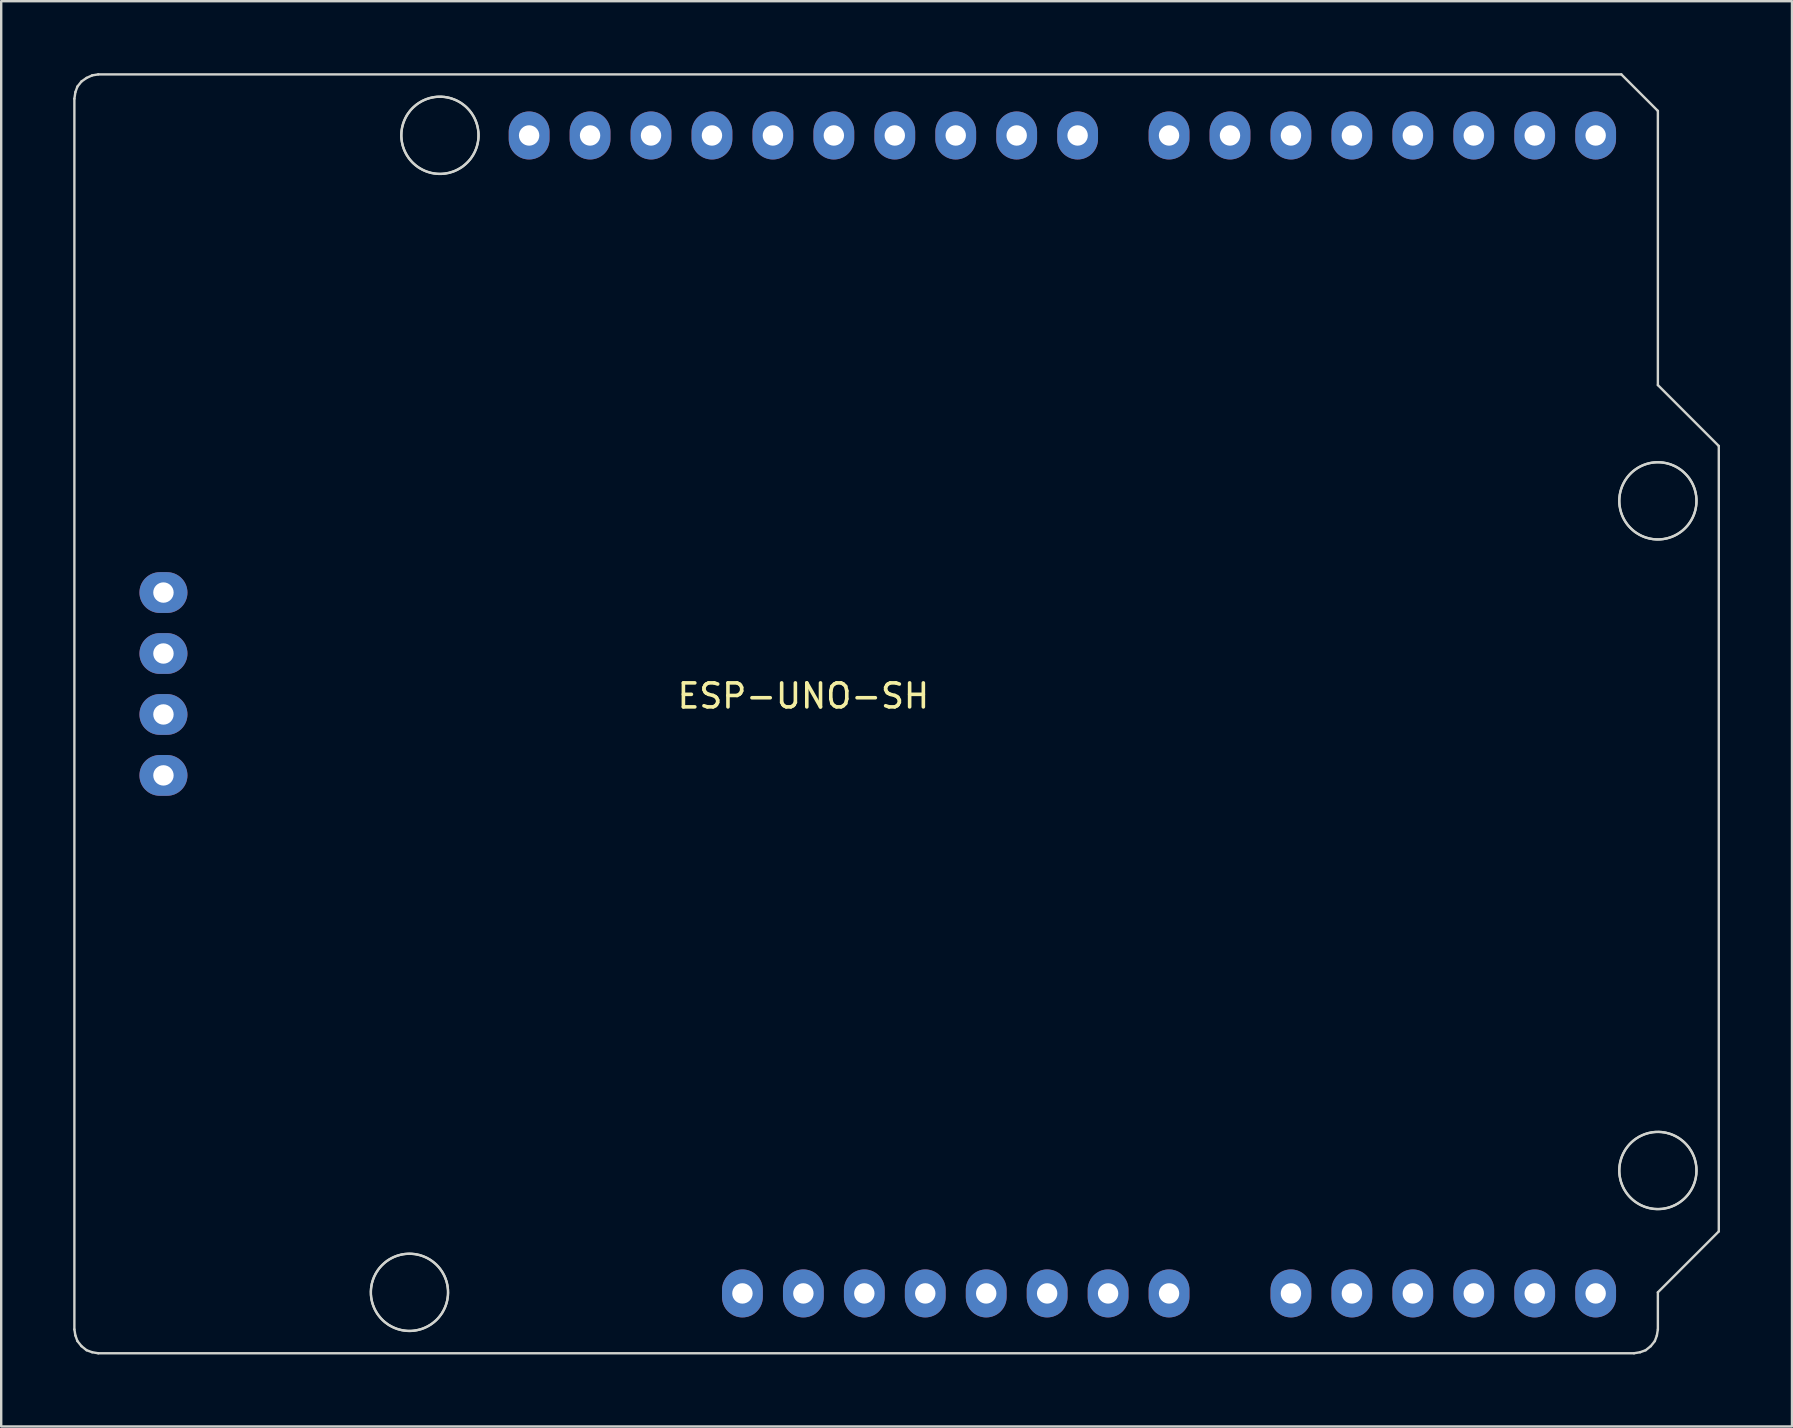
<source format=kicad_pcb>
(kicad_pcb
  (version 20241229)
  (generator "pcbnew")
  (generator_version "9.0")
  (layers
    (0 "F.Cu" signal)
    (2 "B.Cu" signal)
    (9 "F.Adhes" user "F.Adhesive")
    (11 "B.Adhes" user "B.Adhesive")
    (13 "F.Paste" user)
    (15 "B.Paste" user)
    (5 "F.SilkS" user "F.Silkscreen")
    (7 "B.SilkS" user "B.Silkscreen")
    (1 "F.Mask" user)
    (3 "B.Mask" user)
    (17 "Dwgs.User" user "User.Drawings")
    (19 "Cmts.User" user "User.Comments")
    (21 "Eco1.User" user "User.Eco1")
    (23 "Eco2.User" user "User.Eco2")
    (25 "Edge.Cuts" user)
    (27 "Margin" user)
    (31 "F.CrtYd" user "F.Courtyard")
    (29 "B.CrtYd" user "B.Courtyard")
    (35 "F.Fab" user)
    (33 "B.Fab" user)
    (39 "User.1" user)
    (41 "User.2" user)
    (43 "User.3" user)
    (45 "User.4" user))
  (footprint "ESP-UNO-SH"
    (layer "F.Cu")
    (at 30.432 25.456)
    (property "Reference" "ESP-UNO-SH" (at 0 0.5 0) (layer "F.SilkS") (effects (font (size 1 1) (thickness 0.15))))
    (attr through_hole)
    (fp_line (start -30.382 -24.391) (end -30.34 -24.666) (stroke (width 0.1) (type solid)) (layer "Edge.Cuts"))
    (fp_line (start -30.382 26.899) (end -30.382 -24.391) (stroke (width 0.1) (type solid)) (layer "Edge.Cuts"))
    (fp_line (start -30.34 -24.666) (end -30.255 -24.899) (stroke (width 0.1) (type solid)) (layer "Edge.Cuts"))
    (fp_line (start -30.34 27.153) (end -30.382 26.899) (stroke (width 0.1) (type solid)) (layer "Edge.Cuts"))
    (fp_line (start -30.255 -24.899) (end -30.086 -25.11) (stroke (width 0.1) (type solid)) (layer "Edge.Cuts"))
    (fp_line (start -30.255 27.386) (end -30.34 27.153) (stroke (width 0.1) (type solid)) (layer "Edge.Cuts"))
    (fp_line (start -30.086 -25.11) (end -29.874 -25.258) (stroke (width 0.1) (type solid)) (layer "Edge.Cuts"))
    (fp_line (start -30.086 27.597) (end -30.255 27.386) (stroke (width 0.1) (type solid)) (layer "Edge.Cuts"))
    (fp_line (start -29.874 -25.258) (end -29.642 -25.364) (stroke (width 0.1) (type solid)) (layer "Edge.Cuts"))
    (fp_line (start -29.874 27.767) (end -30.086 27.597) (stroke (width 0.1) (type solid)) (layer "Edge.Cuts"))
    (fp_line (start -29.642 -25.364) (end -29.388 -25.406) (stroke (width 0.1) (type solid)) (layer "Edge.Cuts"))
    (fp_line (start -29.642 27.851) (end -29.874 27.767) (stroke (width 0.1) (type solid)) (layer "Edge.Cuts"))
    (fp_line (start -29.388 -25.406) (end 34.09 -25.406) (stroke (width 0.1) (type solid)) (layer "Edge.Cuts"))
    (fp_line (start -29.388 27.894) (end -29.642 27.851) (stroke (width 0.1) (type solid)) (layer "Edge.Cuts"))
    (fp_line (start -18.025 25.373) (end -18.024 25.429) (stroke (width 0.1) (type solid)) (layer "Edge.Cuts"))
    (fp_line (start -18.025 25.317) (end -18.025 25.373) (stroke (width 0.1) (type solid)) (layer "Edge.Cuts"))
    (fp_line (start -18.024 25.429) (end -18.02 25.484) (stroke (width 0.1) (type solid)) (layer "Edge.Cuts"))
    (fp_line (start -18.023 25.262) (end -18.025 25.317) (stroke (width 0.1) (type solid)) (layer "Edge.Cuts"))
    (fp_line (start -18.02 25.484) (end -18.015 25.54) (stroke (width 0.1) (type solid)) (layer "Edge.Cuts"))
    (fp_line (start -18.018 25.206) (end -18.023 25.262) (stroke (width 0.1) (type solid)) (layer "Edge.Cuts"))
    (fp_line (start -18.015 25.54) (end -18.007 25.595) (stroke (width 0.1) (type solid)) (layer "Edge.Cuts"))
    (fp_line (start -18.012 25.151) (end -18.018 25.206) (stroke (width 0.1) (type solid)) (layer "Edge.Cuts"))
    (fp_line (start -18.007 25.595) (end -17.998 25.65) (stroke (width 0.1) (type solid)) (layer "Edge.Cuts"))
    (fp_line (start -18.004 25.096) (end -18.012 25.151) (stroke (width 0.1) (type solid)) (layer "Edge.Cuts"))
    (fp_line (start -17.998 25.65) (end -17.987 25.704) (stroke (width 0.1) (type solid)) (layer "Edge.Cuts"))
    (fp_line (start -17.994 25.041) (end -18.004 25.096) (stroke (width 0.1) (type solid)) (layer "Edge.Cuts"))
    (fp_line (start -17.987 25.704) (end -17.974 25.759) (stroke (width 0.1) (type solid)) (layer "Edge.Cuts"))
    (fp_line (start -17.983 24.986) (end -17.994 25.041) (stroke (width 0.1) (type solid)) (layer "Edge.Cuts"))
    (fp_line (start -17.974 25.759) (end -17.959 25.812) (stroke (width 0.1) (type solid)) (layer "Edge.Cuts"))
    (fp_line (start -17.969 24.932) (end -17.983 24.986) (stroke (width 0.1) (type solid)) (layer "Edge.Cuts"))
    (fp_line (start -17.959 25.812) (end -17.942 25.865) (stroke (width 0.1) (type solid)) (layer "Edge.Cuts"))
    (fp_line (start -17.953 24.879) (end -17.969 24.932) (stroke (width 0.1) (type solid)) (layer "Edge.Cuts"))
    (fp_line (start -17.942 25.865) (end -17.923 25.918) (stroke (width 0.1) (type solid)) (layer "Edge.Cuts"))
    (fp_line (start -17.936 24.826) (end -17.953 24.879) (stroke (width 0.1) (type solid)) (layer "Edge.Cuts"))
    (fp_line (start -17.923 25.918) (end -17.903 25.97) (stroke (width 0.1) (type solid)) (layer "Edge.Cuts"))
    (fp_line (start -17.917 24.774) (end -17.936 24.826) (stroke (width 0.1) (type solid)) (layer "Edge.Cuts"))
    (fp_line (start -17.903 25.97) (end -17.881 26.021) (stroke (width 0.1) (type solid)) (layer "Edge.Cuts"))
    (fp_line (start -17.896 24.722) (end -17.917 24.774) (stroke (width 0.1) (type solid)) (layer "Edge.Cuts"))
    (fp_line (start -17.881 26.021) (end -17.857 26.071) (stroke (width 0.1) (type solid)) (layer "Edge.Cuts"))
    (fp_line (start -17.873 24.671) (end -17.896 24.722) (stroke (width 0.1) (type solid)) (layer "Edge.Cuts"))
    (fp_line (start -17.857 26.071) (end -17.831 26.121) (stroke (width 0.1) (type solid)) (layer "Edge.Cuts"))
    (fp_line (start -17.848 24.621) (end -17.873 24.671) (stroke (width 0.1) (type solid)) (layer "Edge.Cuts"))
    (fp_line (start -17.831 26.121) (end -17.804 26.169) (stroke (width 0.1) (type solid)) (layer "Edge.Cuts"))
    (fp_line (start -17.822 24.572) (end -17.848 24.621) (stroke (width 0.1) (type solid)) (layer "Edge.Cuts"))
    (fp_line (start -17.804 26.169) (end -17.775 26.217) (stroke (width 0.1) (type solid)) (layer "Edge.Cuts"))
    (fp_line (start -17.794 24.524) (end -17.822 24.572) (stroke (width 0.1) (type solid)) (layer "Edge.Cuts"))
    (fp_line (start -17.775 26.217) (end -17.744 26.263) (stroke (width 0.1) (type solid)) (layer "Edge.Cuts"))
    (fp_line (start -17.764 24.477) (end -17.794 24.524) (stroke (width 0.1) (type solid)) (layer "Edge.Cuts"))
    (fp_line (start -17.744 26.263) (end -17.712 26.309) (stroke (width 0.1) (type solid)) (layer "Edge.Cuts"))
    (fp_line (start -17.733 24.43) (end -17.764 24.477) (stroke (width 0.1) (type solid)) (layer "Edge.Cuts"))
    (fp_line (start -17.712 26.309) (end -17.678 26.353) (stroke (width 0.1) (type solid)) (layer "Edge.Cuts"))
    (fp_line (start -17.7 24.385) (end -17.733 24.43) (stroke (width 0.1) (type solid)) (layer "Edge.Cuts"))
    (fp_line (start -17.678 26.353) (end -17.642 26.396) (stroke (width 0.1) (type solid)) (layer "Edge.Cuts"))
    (fp_line (start -17.666 24.341) (end -17.7 24.385) (stroke (width 0.1) (type solid)) (layer "Edge.Cuts"))
    (fp_line (start -17.642 26.396) (end -17.606 26.438) (stroke (width 0.1) (type solid)) (layer "Edge.Cuts"))
    (fp_line (start -17.63 24.299) (end -17.666 24.341) (stroke (width 0.1) (type solid)) (layer "Edge.Cuts"))
    (fp_line (start -17.606 26.438) (end -17.567 26.478) (stroke (width 0.1) (type solid)) (layer "Edge.Cuts"))
    (fp_line (start -17.593 24.257) (end -17.63 24.299) (stroke (width 0.1) (type solid)) (layer "Edge.Cuts"))
    (fp_line (start -17.567 26.478) (end -17.528 26.517) (stroke (width 0.1) (type solid)) (layer "Edge.Cuts"))
    (fp_line (start -17.554 24.217) (end -17.593 24.257) (stroke (width 0.1) (type solid)) (layer "Edge.Cuts"))
    (fp_line (start -17.528 26.517) (end -17.487 26.555) (stroke (width 0.1) (type solid)) (layer "Edge.Cuts"))
    (fp_line (start -17.514 24.179) (end -17.554 24.217) (stroke (width 0.1) (type solid)) (layer "Edge.Cuts"))
    (fp_line (start -17.487 26.555) (end -17.445 26.592) (stroke (width 0.1) (type solid)) (layer "Edge.Cuts"))
    (fp_line (start -17.473 24.141) (end -17.514 24.179) (stroke (width 0.1) (type solid)) (layer "Edge.Cuts"))
    (fp_line (start -17.445 26.592) (end -17.401 26.626) (stroke (width 0.1) (type solid)) (layer "Edge.Cuts"))
    (fp_line (start -17.43 24.105) (end -17.473 24.141) (stroke (width 0.1) (type solid)) (layer "Edge.Cuts"))
    (fp_line (start -17.401 26.626) (end -17.356 26.66) (stroke (width 0.1) (type solid)) (layer "Edge.Cuts"))
    (fp_line (start -17.386 24.071) (end -17.43 24.105) (stroke (width 0.1) (type solid)) (layer "Edge.Cuts"))
    (fp_line (start -17.356 26.66) (end -17.311 26.692) (stroke (width 0.1) (type solid)) (layer "Edge.Cuts"))
    (fp_line (start -17.341 24.038) (end -17.386 24.071) (stroke (width 0.1) (type solid)) (layer "Edge.Cuts"))
    (fp_line (start -17.311 26.692) (end -17.264 26.722) (stroke (width 0.1) (type solid)) (layer "Edge.Cuts"))
    (fp_line (start -17.295 24.007) (end -17.341 24.038) (stroke (width 0.1) (type solid)) (layer "Edge.Cuts"))
    (fp_line (start -17.264 26.722) (end -17.216 26.75) (stroke (width 0.1) (type solid)) (layer "Edge.Cuts"))
    (fp_line (start -17.248 23.977) (end -17.295 24.007) (stroke (width 0.1) (type solid)) (layer "Edge.Cuts"))
    (fp_line (start -17.216 26.75) (end -17.167 26.777) (stroke (width 0.1) (type solid)) (layer "Edge.Cuts"))
    (fp_line (start -17.2 23.95) (end -17.248 23.977) (stroke (width 0.1) (type solid)) (layer "Edge.Cuts"))
    (fp_line (start -17.167 26.777) (end -17.117 26.802) (stroke (width 0.1) (type solid)) (layer "Edge.Cuts"))
    (fp_line (start -17.151 23.923) (end -17.2 23.95) (stroke (width 0.1) (type solid)) (layer "Edge.Cuts"))
    (fp_line (start -17.117 26.802) (end -17.067 26.825) (stroke (width 0.1) (type solid)) (layer "Edge.Cuts"))
    (fp_line (start -17.101 23.899) (end -17.151 23.923) (stroke (width 0.1) (type solid)) (layer "Edge.Cuts"))
    (fp_line (start -17.067 26.825) (end -17.015 26.847) (stroke (width 0.1) (type solid)) (layer "Edge.Cuts"))
    (fp_line (start -17.05 23.876) (end -17.101 23.899) (stroke (width 0.1) (type solid)) (layer "Edge.Cuts"))
    (fp_line (start -17.015 26.847) (end -16.963 26.867) (stroke (width 0.1) (type solid)) (layer "Edge.Cuts"))
    (fp_line (start -16.998 23.855) (end -17.05 23.876) (stroke (width 0.1) (type solid)) (layer "Edge.Cuts"))
    (fp_line (start -16.963 26.867) (end -16.911 26.885) (stroke (width 0.1) (type solid)) (layer "Edge.Cuts"))
    (fp_line (start -16.946 23.836) (end -16.998 23.855) (stroke (width 0.1) (type solid)) (layer "Edge.Cuts"))
    (fp_line (start -16.911 26.885) (end -16.857 26.901) (stroke (width 0.1) (type solid)) (layer "Edge.Cuts"))
    (fp_line (start -16.893 23.818) (end -16.946 23.836) (stroke (width 0.1) (type solid)) (layer "Edge.Cuts"))
    (fp_line (start -16.857 26.901) (end -16.803 26.915) (stroke (width 0.1) (type solid)) (layer "Edge.Cuts"))
    (fp_line (start -16.839 23.803) (end -16.893 23.818) (stroke (width 0.1) (type solid)) (layer "Edge.Cuts"))
    (fp_line (start -16.803 26.915) (end -16.749 26.928) (stroke (width 0.1) (type solid)) (layer "Edge.Cuts"))
    (fp_line (start -16.785 23.789) (end -16.839 23.803) (stroke (width 0.1) (type solid)) (layer "Edge.Cuts"))
    (fp_line (start -16.756 -22.849) (end -16.754 -22.793) (stroke (width 0.1) (type solid)) (layer "Edge.Cuts"))
    (fp_line (start -16.755 -22.905) (end -16.756 -22.849) (stroke (width 0.1) (type solid)) (layer "Edge.Cuts"))
    (fp_line (start -16.754 -22.793) (end -16.75 -22.738) (stroke (width 0.1) (type solid)) (layer "Edge.Cuts"))
    (fp_line (start -16.753 -22.96) (end -16.755 -22.905) (stroke (width 0.1) (type solid)) (layer "Edge.Cuts"))
    (fp_line (start -16.75 -22.738) (end -16.745 -22.682) (stroke (width 0.1) (type solid)) (layer "Edge.Cuts"))
    (fp_line (start -16.749 26.928) (end -16.694 26.938) (stroke (width 0.1) (type solid)) (layer "Edge.Cuts"))
    (fp_line (start -16.749 -23.016) (end -16.753 -22.96) (stroke (width 0.1) (type solid)) (layer "Edge.Cuts"))
    (fp_line (start -16.745 -22.682) (end -16.738 -22.627) (stroke (width 0.1) (type solid)) (layer "Edge.Cuts"))
    (fp_line (start -16.743 -23.071) (end -16.749 -23.016) (stroke (width 0.1) (type solid)) (layer "Edge.Cuts"))
    (fp_line (start -16.738 -22.627) (end -16.728 -22.572) (stroke (width 0.1) (type solid)) (layer "Edge.Cuts"))
    (fp_line (start -16.735 -23.126) (end -16.743 -23.071) (stroke (width 0.1) (type solid)) (layer "Edge.Cuts"))
    (fp_line (start -16.731 23.777) (end -16.785 23.789) (stroke (width 0.1) (type solid)) (layer "Edge.Cuts"))
    (fp_line (start -16.728 -22.572) (end -16.717 -22.517) (stroke (width 0.1) (type solid)) (layer "Edge.Cuts"))
    (fp_line (start -16.725 -23.181) (end -16.735 -23.126) (stroke (width 0.1) (type solid)) (layer "Edge.Cuts"))
    (fp_line (start -16.717 -22.517) (end -16.704 -22.463) (stroke (width 0.1) (type solid)) (layer "Edge.Cuts"))
    (fp_line (start -16.713 -23.236) (end -16.725 -23.181) (stroke (width 0.1) (type solid)) (layer "Edge.Cuts"))
    (fp_line (start -16.704 -22.463) (end -16.689 -22.409) (stroke (width 0.1) (type solid)) (layer "Edge.Cuts"))
    (fp_line (start -16.699 -23.29) (end -16.713 -23.236) (stroke (width 0.1) (type solid)) (layer "Edge.Cuts"))
    (fp_line (start -16.694 26.938) (end -16.639 26.947) (stroke (width 0.1) (type solid)) (layer "Edge.Cuts"))
    (fp_line (start -16.689 -22.409) (end -16.672 -22.356) (stroke (width 0.1) (type solid)) (layer "Edge.Cuts"))
    (fp_line (start -16.684 -23.343) (end -16.699 -23.29) (stroke (width 0.1) (type solid)) (layer "Edge.Cuts"))
    (fp_line (start -16.676 23.767) (end -16.731 23.777) (stroke (width 0.1) (type solid)) (layer "Edge.Cuts"))
    (fp_line (start -16.672 -22.356) (end -16.654 -22.304) (stroke (width 0.1) (type solid)) (layer "Edge.Cuts"))
    (fp_line (start -16.666 -23.396) (end -16.684 -23.343) (stroke (width 0.1) (type solid)) (layer "Edge.Cuts"))
    (fp_line (start -16.654 -22.304) (end -16.633 -22.252) (stroke (width 0.1) (type solid)) (layer "Edge.Cuts"))
    (fp_line (start -16.647 -23.448) (end -16.666 -23.396) (stroke (width 0.1) (type solid)) (layer "Edge.Cuts"))
    (fp_line (start -16.639 26.947) (end -16.584 26.954) (stroke (width 0.1) (type solid)) (layer "Edge.Cuts"))
    (fp_line (start -16.633 -22.252) (end -16.611 -22.201) (stroke (width 0.1) (type solid)) (layer "Edge.Cuts"))
    (fp_line (start -16.626 -23.5) (end -16.647 -23.448) (stroke (width 0.1) (type solid)) (layer "Edge.Cuts"))
    (fp_line (start -16.621 23.759) (end -16.676 23.767) (stroke (width 0.1) (type solid)) (layer "Edge.Cuts"))
    (fp_line (start -16.611 -22.201) (end -16.587 -22.151) (stroke (width 0.1) (type solid)) (layer "Edge.Cuts"))
    (fp_line (start -16.603 -23.551) (end -16.626 -23.5) (stroke (width 0.1) (type solid)) (layer "Edge.Cuts"))
    (fp_line (start -16.587 -22.151) (end -16.561 -22.101) (stroke (width 0.1) (type solid)) (layer "Edge.Cuts"))
    (fp_line (start -16.584 26.954) (end -16.529 26.959) (stroke (width 0.1) (type solid)) (layer "Edge.Cuts"))
    (fp_line (start -16.579 -23.601) (end -16.603 -23.551) (stroke (width 0.1) (type solid)) (layer "Edge.Cuts"))
    (fp_line (start -16.566 23.753) (end -16.621 23.759) (stroke (width 0.1) (type solid)) (layer "Edge.Cuts"))
    (fp_line (start -16.561 -22.101) (end -16.534 -22.053) (stroke (width 0.1) (type solid)) (layer "Edge.Cuts"))
    (fp_line (start -16.553 -23.65) (end -16.579 -23.601) (stroke (width 0.1) (type solid)) (layer "Edge.Cuts"))
    (fp_line (start -16.534 -22.053) (end -16.505 -22.005) (stroke (width 0.1) (type solid)) (layer "Edge.Cuts"))
    (fp_line (start -16.529 26.959) (end -16.473 26.962) (stroke (width 0.1) (type solid)) (layer "Edge.Cuts"))
    (fp_line (start -16.525 -23.698) (end -16.553 -23.65) (stroke (width 0.1) (type solid)) (layer "Edge.Cuts"))
    (fp_line (start -16.51 23.749) (end -16.566 23.753) (stroke (width 0.1) (type solid)) (layer "Edge.Cuts"))
    (fp_line (start -16.505 -22.005) (end -16.474 -21.959) (stroke (width 0.1) (type solid)) (layer "Edge.Cuts"))
    (fp_line (start -16.495 -23.745) (end -16.525 -23.698) (stroke (width 0.1) (type solid)) (layer "Edge.Cuts"))
    (fp_line (start -16.474 -21.959) (end -16.442 -21.913) (stroke (width 0.1) (type solid)) (layer "Edge.Cuts"))
    (fp_line (start -16.473 26.962) (end -16.417 26.963) (stroke (width 0.1) (type solid)) (layer "Edge.Cuts"))
    (fp_line (start -16.464 -23.791) (end -16.495 -23.745) (stroke (width 0.1) (type solid)) (layer "Edge.Cuts"))
    (fp_line (start -16.454 23.747) (end -16.51 23.749) (stroke (width 0.1) (type solid)) (layer "Edge.Cuts"))
    (fp_line (start -16.442 -21.913) (end -16.408 -21.869) (stroke (width 0.1) (type solid)) (layer "Edge.Cuts"))
    (fp_line (start -16.431 -23.836) (end -16.464 -23.791) (stroke (width 0.1) (type solid)) (layer "Edge.Cuts"))
    (fp_line (start -16.417 26.963) (end -16.361 26.962) (stroke (width 0.1) (type solid)) (layer "Edge.Cuts"))
    (fp_line (start -16.408 -21.869) (end -16.373 -21.826) (stroke (width 0.1) (type solid)) (layer "Edge.Cuts"))
    (fp_line (start -16.399 23.746) (end -16.454 23.747) (stroke (width 0.1) (type solid)) (layer "Edge.Cuts"))
    (fp_line (start -16.397 -23.88) (end -16.431 -23.836) (stroke (width 0.1) (type solid)) (layer "Edge.Cuts"))
    (fp_line (start -16.373 -21.826) (end -16.336 -21.784) (stroke (width 0.1) (type solid)) (layer "Edge.Cuts"))
    (fp_line (start -16.361 26.962) (end -16.305 26.959) (stroke (width 0.1) (type solid)) (layer "Edge.Cuts"))
    (fp_line (start -16.361 -23.923) (end -16.397 -23.88) (stroke (width 0.1) (type solid)) (layer "Edge.Cuts"))
    (fp_line (start -16.343 23.748) (end -16.399 23.746) (stroke (width 0.1) (type solid)) (layer "Edge.Cuts"))
    (fp_line (start -16.336 -21.784) (end -16.298 -21.743) (stroke (width 0.1) (type solid)) (layer "Edge.Cuts"))
    (fp_line (start -16.323 -23.964) (end -16.361 -23.923) (stroke (width 0.1) (type solid)) (layer "Edge.Cuts"))
    (fp_line (start -16.305 26.959) (end -16.249 26.954) (stroke (width 0.1) (type solid)) (layer "Edge.Cuts"))
    (fp_line (start -16.298 -21.743) (end -16.258 -21.704) (stroke (width 0.1) (type solid)) (layer "Edge.Cuts"))
    (fp_line (start -16.287 23.752) (end -16.343 23.748) (stroke (width 0.1) (type solid)) (layer "Edge.Cuts"))
    (fp_line (start -16.285 -24.004) (end -16.323 -23.964) (stroke (width 0.1) (type solid)) (layer "Edge.Cuts"))
    (fp_line (start -16.258 -21.704) (end -16.217 -21.667) (stroke (width 0.1) (type solid)) (layer "Edge.Cuts"))
    (fp_line (start -16.249 26.954) (end -16.193 26.947) (stroke (width 0.1) (type solid)) (layer "Edge.Cuts"))
    (fp_line (start -16.245 -24.043) (end -16.285 -24.004) (stroke (width 0.1) (type solid)) (layer "Edge.Cuts"))
    (fp_line (start -16.232 23.757) (end -16.287 23.752) (stroke (width 0.1) (type solid)) (layer "Edge.Cuts"))
    (fp_line (start -16.217 -21.667) (end -16.175 -21.63) (stroke (width 0.1) (type solid)) (layer "Edge.Cuts"))
    (fp_line (start -16.203 -24.08) (end -16.245 -24.043) (stroke (width 0.1) (type solid)) (layer "Edge.Cuts"))
    (fp_line (start -16.193 26.947) (end -16.138 26.938) (stroke (width 0.1) (type solid)) (layer "Edge.Cuts"))
    (fp_line (start -16.177 23.764) (end -16.232 23.757) (stroke (width 0.1) (type solid)) (layer "Edge.Cuts"))
    (fp_line (start -16.175 -21.63) (end -16.131 -21.595) (stroke (width 0.1) (type solid)) (layer "Edge.Cuts"))
    (fp_line (start -16.161 -24.116) (end -16.203 -24.08) (stroke (width 0.1) (type solid)) (layer "Edge.Cuts"))
    (fp_line (start -16.138 26.938) (end -16.083 26.927) (stroke (width 0.1) (type solid)) (layer "Edge.Cuts"))
    (fp_line (start -16.131 -21.595) (end -16.087 -21.562) (stroke (width 0.1) (type solid)) (layer "Edge.Cuts"))
    (fp_line (start -16.122 23.774) (end -16.177 23.764) (stroke (width 0.1) (type solid)) (layer "Edge.Cuts"))
    (fp_line (start -16.117 -24.151) (end -16.161 -24.116) (stroke (width 0.1) (type solid)) (layer "Edge.Cuts"))
    (fp_line (start -16.087 -21.562) (end -16.041 -21.53) (stroke (width 0.1) (type solid)) (layer "Edge.Cuts"))
    (fp_line (start -16.083 26.927) (end -16.028 26.915) (stroke (width 0.1) (type solid)) (layer "Edge.Cuts"))
    (fp_line (start -16.072 -24.183) (end -16.117 -24.151) (stroke (width 0.1) (type solid)) (layer "Edge.Cuts"))
    (fp_line (start -16.067 23.785) (end -16.122 23.774) (stroke (width 0.1) (type solid)) (layer "Edge.Cuts"))
    (fp_line (start -16.041 -21.53) (end -15.994 -21.5) (stroke (width 0.1) (type solid)) (layer "Edge.Cuts"))
    (fp_line (start -16.028 26.915) (end -15.974 26.9) (stroke (width 0.1) (type solid)) (layer "Edge.Cuts"))
    (fp_line (start -16.026 -24.215) (end -16.072 -24.183) (stroke (width 0.1) (type solid)) (layer "Edge.Cuts"))
    (fp_line (start -16.013 23.798) (end -16.067 23.785) (stroke (width 0.1) (type solid)) (layer "Edge.Cuts"))
    (fp_line (start -15.994 -21.5) (end -15.946 -21.472) (stroke (width 0.1) (type solid)) (layer "Edge.Cuts"))
    (fp_line (start -15.978 -24.244) (end -16.026 -24.215) (stroke (width 0.1) (type solid)) (layer "Edge.Cuts"))
    (fp_line (start -15.974 26.9) (end -15.92 26.884) (stroke (width 0.1) (type solid)) (layer "Edge.Cuts"))
    (fp_line (start -15.959 23.813) (end -16.013 23.798) (stroke (width 0.1) (type solid)) (layer "Edge.Cuts"))
    (fp_line (start -15.946 -21.472) (end -15.897 -21.445) (stroke (width 0.1) (type solid)) (layer "Edge.Cuts"))
    (fp_line (start -15.93 -24.272) (end -15.978 -24.244) (stroke (width 0.1) (type solid)) (layer "Edge.Cuts"))
    (fp_line (start -15.92 26.884) (end -15.867 26.866) (stroke (width 0.1) (type solid)) (layer "Edge.Cuts"))
    (fp_line (start -15.906 23.83) (end -15.959 23.813) (stroke (width 0.1) (type solid)) (layer "Edge.Cuts"))
    (fp_line (start -15.897 -21.445) (end -15.848 -21.42) (stroke (width 0.1) (type solid)) (layer "Edge.Cuts"))
    (fp_line (start -15.881 -24.299) (end -15.93 -24.272) (stroke (width 0.1) (type solid)) (layer "Edge.Cuts"))
    (fp_line (start -15.867 26.866) (end -15.815 26.845) (stroke (width 0.1) (type solid)) (layer "Edge.Cuts"))
    (fp_line (start -15.854 23.848) (end -15.906 23.83) (stroke (width 0.1) (type solid)) (layer "Edge.Cuts"))
    (fp_line (start -15.848 -21.42) (end -15.797 -21.396) (stroke (width 0.1) (type solid)) (layer "Edge.Cuts"))
    (fp_line (start -15.831 -24.323) (end -15.881 -24.299) (stroke (width 0.1) (type solid)) (layer "Edge.Cuts"))
    (fp_line (start -15.815 26.845) (end -15.763 26.823) (stroke (width 0.1) (type solid)) (layer "Edge.Cuts"))
    (fp_line (start -15.802 23.869) (end -15.854 23.848) (stroke (width 0.1) (type solid)) (layer "Edge.Cuts"))
    (fp_line (start -15.797 -21.396) (end -15.746 -21.375) (stroke (width 0.1) (type solid)) (layer "Edge.Cuts"))
    (fp_line (start -15.78 -24.346) (end -15.831 -24.323) (stroke (width 0.1) (type solid)) (layer "Edge.Cuts"))
    (fp_line (start -15.763 26.823) (end -15.712 26.8) (stroke (width 0.1) (type solid)) (layer "Edge.Cuts"))
    (fp_line (start -15.751 23.891) (end -15.802 23.869) (stroke (width 0.1) (type solid)) (layer "Edge.Cuts"))
    (fp_line (start -15.746 -21.375) (end -15.694 -21.355) (stroke (width 0.1) (type solid)) (layer "Edge.Cuts"))
    (fp_line (start -15.729 -24.367) (end -15.78 -24.346) (stroke (width 0.1) (type solid)) (layer "Edge.Cuts"))
    (fp_line (start -15.712 26.8) (end -15.662 26.774) (stroke (width 0.1) (type solid)) (layer "Edge.Cuts"))
    (fp_line (start -15.7 23.915) (end -15.751 23.891) (stroke (width 0.1) (type solid)) (layer "Edge.Cuts"))
    (fp_line (start -15.694 -21.355) (end -15.641 -21.337) (stroke (width 0.1) (type solid)) (layer "Edge.Cuts"))
    (fp_line (start -15.676 -24.386) (end -15.729 -24.367) (stroke (width 0.1) (type solid)) (layer "Edge.Cuts"))
    (fp_line (start -15.662 26.774) (end -15.613 26.747) (stroke (width 0.1) (type solid)) (layer "Edge.Cuts"))
    (fp_line (start -15.651 23.941) (end -15.7 23.915) (stroke (width 0.1) (type solid)) (layer "Edge.Cuts"))
    (fp_line (start -15.641 -21.337) (end -15.588 -21.321) (stroke (width 0.1) (type solid)) (layer "Edge.Cuts"))
    (fp_line (start -15.623 -24.404) (end -15.676 -24.386) (stroke (width 0.1) (type solid)) (layer "Edge.Cuts"))
    (fp_line (start -15.613 26.747) (end -15.565 26.718) (stroke (width 0.1) (type solid)) (layer "Edge.Cuts"))
    (fp_line (start -15.602 23.968) (end -15.651 23.941) (stroke (width 0.1) (type solid)) (layer "Edge.Cuts"))
    (fp_line (start -15.588 -21.321) (end -15.534 -21.306) (stroke (width 0.1) (type solid)) (layer "Edge.Cuts"))
    (fp_line (start -15.57 -24.419) (end -15.623 -24.404) (stroke (width 0.1) (type solid)) (layer "Edge.Cuts"))
    (fp_line (start -15.565 26.718) (end -15.518 26.688) (stroke (width 0.1) (type solid)) (layer "Edge.Cuts"))
    (fp_line (start -15.555 23.997) (end -15.602 23.968) (stroke (width 0.1) (type solid)) (layer "Edge.Cuts"))
    (fp_line (start -15.534 -21.306) (end -15.48 -21.294) (stroke (width 0.1) (type solid)) (layer "Edge.Cuts"))
    (fp_line (start -15.518 26.688) (end -15.472 26.655) (stroke (width 0.1) (type solid)) (layer "Edge.Cuts"))
    (fp_line (start -15.516 -24.433) (end -15.57 -24.419) (stroke (width 0.1) (type solid)) (layer "Edge.Cuts"))
    (fp_line (start -15.508 24.028) (end -15.555 23.997) (stroke (width 0.1) (type solid)) (layer "Edge.Cuts"))
    (fp_line (start -15.48 -21.294) (end -15.425 -21.283) (stroke (width 0.1) (type solid)) (layer "Edge.Cuts"))
    (fp_line (start -15.472 26.655) (end -15.427 26.622) (stroke (width 0.1) (type solid)) (layer "Edge.Cuts"))
    (fp_line (start -15.463 24.06) (end -15.508 24.028) (stroke (width 0.1) (type solid)) (layer "Edge.Cuts"))
    (fp_line (start -15.461 -24.445) (end -15.516 -24.433) (stroke (width 0.1) (type solid)) (layer "Edge.Cuts"))
    (fp_line (start -15.427 26.622) (end -15.384 26.586) (stroke (width 0.1) (type solid)) (layer "Edge.Cuts"))
    (fp_line (start -15.425 -21.283) (end -15.37 -21.275) (stroke (width 0.1) (type solid)) (layer "Edge.Cuts"))
    (fp_line (start -15.419 24.094) (end -15.463 24.06) (stroke (width 0.1) (type solid)) (layer "Edge.Cuts"))
    (fp_line (start -15.407 -24.454) (end -15.461 -24.445) (stroke (width 0.1) (type solid)) (layer "Edge.Cuts"))
    (fp_line (start -15.384 26.586) (end -15.341 26.549) (stroke (width 0.1) (type solid)) (layer "Edge.Cuts"))
    (fp_line (start -15.376 24.129) (end -15.419 24.094) (stroke (width 0.1) (type solid)) (layer "Edge.Cuts"))
    (fp_line (start -15.37 -21.275) (end -15.314 -21.268) (stroke (width 0.1) (type solid)) (layer "Edge.Cuts"))
    (fp_line (start -15.351 -24.463) (end -15.407 -24.454) (stroke (width 0.1) (type solid)) (layer "Edge.Cuts"))
    (fp_line (start -15.341 26.549) (end -15.3 26.511) (stroke (width 0.1) (type solid)) (layer "Edge.Cuts"))
    (fp_line (start -15.334 24.166) (end -15.376 24.129) (stroke (width 0.1) (type solid)) (layer "Edge.Cuts"))
    (fp_line (start -15.314 -21.268) (end -15.259 -21.263) (stroke (width 0.1) (type solid)) (layer "Edge.Cuts"))
    (fp_line (start -15.3 26.511) (end -15.26 26.471) (stroke (width 0.1) (type solid)) (layer "Edge.Cuts"))
    (fp_line (start -15.296 -24.469) (end -15.351 -24.463) (stroke (width 0.1) (type solid)) (layer "Edge.Cuts"))
    (fp_line (start -15.293 24.204) (end -15.334 24.166) (stroke (width 0.1) (type solid)) (layer "Edge.Cuts"))
    (fp_line (start -15.26 26.471) (end -15.222 26.43) (stroke (width 0.1) (type solid)) (layer "Edge.Cuts"))
    (fp_line (start -15.259 -21.263) (end -15.203 -21.26) (stroke (width 0.1) (type solid)) (layer "Edge.Cuts"))
    (fp_line (start -15.254 24.244) (end -15.293 24.204) (stroke (width 0.1) (type solid)) (layer "Edge.Cuts"))
    (fp_line (start -15.24 -24.473) (end -15.296 -24.469) (stroke (width 0.1) (type solid)) (layer "Edge.Cuts"))
    (fp_line (start -15.222 26.43) (end -15.185 26.388) (stroke (width 0.1) (type solid)) (layer "Edge.Cuts"))
    (fp_line (start -15.216 24.285) (end -15.254 24.244) (stroke (width 0.1) (type solid)) (layer "Edge.Cuts"))
    (fp_line (start -15.203 -21.26) (end -15.148 -21.259) (stroke (width 0.1) (type solid)) (layer "Edge.Cuts"))
    (fp_line (start -15.185 26.388) (end -15.15 26.344) (stroke (width 0.1) (type solid)) (layer "Edge.Cuts"))
    (fp_line (start -15.185 -24.475) (end -15.24 -24.473) (stroke (width 0.1) (type solid)) (layer "Edge.Cuts"))
    (fp_line (start -15.18 24.327) (end -15.216 24.285) (stroke (width 0.1) (type solid)) (layer "Edge.Cuts"))
    (fp_line (start -15.15 26.344) (end -15.116 26.3) (stroke (width 0.1) (type solid)) (layer "Edge.Cuts"))
    (fp_line (start -15.148 -21.259) (end -15.092 -21.26) (stroke (width 0.1) (type solid)) (layer "Edge.Cuts"))
    (fp_line (start -15.145 24.371) (end -15.18 24.327) (stroke (width 0.1) (type solid)) (layer "Edge.Cuts"))
    (fp_line (start -15.129 -24.475) (end -15.185 -24.475) (stroke (width 0.1) (type solid)) (layer "Edge.Cuts"))
    (fp_line (start -15.116 26.3) (end -15.084 26.254) (stroke (width 0.1) (type solid)) (layer "Edge.Cuts"))
    (fp_line (start -15.112 24.415) (end -15.145 24.371) (stroke (width 0.1) (type solid)) (layer "Edge.Cuts"))
    (fp_line (start -15.092 -21.26) (end -15.035 -21.263) (stroke (width 0.1) (type solid)) (layer "Edge.Cuts"))
    (fp_line (start -15.084 26.254) (end -15.053 26.207) (stroke (width 0.1) (type solid)) (layer "Edge.Cuts"))
    (fp_line (start -15.08 24.461) (end -15.112 24.415) (stroke (width 0.1) (type solid)) (layer "Edge.Cuts"))
    (fp_line (start -15.073 -24.474) (end -15.129 -24.475) (stroke (width 0.1) (type solid)) (layer "Edge.Cuts"))
    (fp_line (start -15.053 26.207) (end -15.025 26.158) (stroke (width 0.1) (type solid)) (layer "Edge.Cuts"))
    (fp_line (start -15.05 24.508) (end -15.08 24.461) (stroke (width 0.1) (type solid)) (layer "Edge.Cuts"))
    (fp_line (start -15.035 -21.263) (end -14.98 -21.268) (stroke (width 0.1) (type solid)) (layer "Edge.Cuts"))
    (fp_line (start -15.025 26.158) (end -14.997 26.109) (stroke (width 0.1) (type solid)) (layer "Edge.Cuts"))
    (fp_line (start -15.021 24.556) (end -15.05 24.508) (stroke (width 0.1) (type solid)) (layer "Edge.Cuts"))
    (fp_line (start -15.018 -24.47) (end -15.073 -24.474) (stroke (width 0.1) (type solid)) (layer "Edge.Cuts"))
    (fp_line (start -14.997 26.109) (end -14.972 26.059) (stroke (width 0.1) (type solid)) (layer "Edge.Cuts"))
    (fp_line (start -14.995 24.605) (end -15.021 24.556) (stroke (width 0.1) (type solid)) (layer "Edge.Cuts"))
    (fp_line (start -14.98 -21.268) (end -14.924 -21.275) (stroke (width 0.1) (type solid)) (layer "Edge.Cuts"))
    (fp_line (start -14.972 26.059) (end -14.948 26.008) (stroke (width 0.1) (type solid)) (layer "Edge.Cuts"))
    (fp_line (start -14.969 24.654) (end -14.995 24.605) (stroke (width 0.1) (type solid)) (layer "Edge.Cuts"))
    (fp_line (start -14.962 -24.465) (end -15.018 -24.47) (stroke (width 0.1) (type solid)) (layer "Edge.Cuts"))
    (fp_line (start -14.948 26.008) (end -14.926 25.957) (stroke (width 0.1) (type solid)) (layer "Edge.Cuts"))
    (fp_line (start -14.946 24.705) (end -14.969 24.654) (stroke (width 0.1) (type solid)) (layer "Edge.Cuts"))
    (fp_line (start -14.926 25.957) (end -14.906 25.904) (stroke (width 0.1) (type solid)) (layer "Edge.Cuts"))
    (fp_line (start -14.924 24.756) (end -14.946 24.705) (stroke (width 0.1) (type solid)) (layer "Edge.Cuts"))
    (fp_line (start -14.924 -21.275) (end -14.868 -21.284) (stroke (width 0.1) (type solid)) (layer "Edge.Cuts"))
    (fp_line (start -14.907 -24.457) (end -14.962 -24.465) (stroke (width 0.1) (type solid)) (layer "Edge.Cuts"))
    (fp_line (start -14.906 25.904) (end -14.888 25.851) (stroke (width 0.1) (type solid)) (layer "Edge.Cuts"))
    (fp_line (start -14.905 24.808) (end -14.924 24.756) (stroke (width 0.1) (type solid)) (layer "Edge.Cuts"))
    (fp_line (start -14.888 25.851) (end -14.871 25.798) (stroke (width 0.1) (type solid)) (layer "Edge.Cuts"))
    (fp_line (start -14.887 24.861) (end -14.905 24.808) (stroke (width 0.1) (type solid)) (layer "Edge.Cuts"))
    (fp_line (start -14.871 25.798) (end -14.857 25.743) (stroke (width 0.1) (type solid)) (layer "Edge.Cuts"))
    (fp_line (start -14.87 24.914) (end -14.887 24.861) (stroke (width 0.1) (type solid)) (layer "Edge.Cuts"))
    (fp_line (start -14.868 -21.284) (end -14.813 -21.294) (stroke (width 0.1) (type solid)) (layer "Edge.Cuts"))
    (fp_line (start -14.857 25.743) (end -14.844 25.689) (stroke (width 0.1) (type solid)) (layer "Edge.Cuts"))
    (fp_line (start -14.856 24.968) (end -14.87 24.914) (stroke (width 0.1) (type solid)) (layer "Edge.Cuts"))
    (fp_line (start -14.852 -24.448) (end -14.907 -24.457) (stroke (width 0.1) (type solid)) (layer "Edge.Cuts"))
    (fp_line (start -14.844 25.689) (end -14.834 25.634) (stroke (width 0.1) (type solid)) (layer "Edge.Cuts"))
    (fp_line (start -14.844 25.022) (end -14.856 24.968) (stroke (width 0.1) (type solid)) (layer "Edge.Cuts"))
    (fp_line (start -14.834 25.634) (end -14.825 25.578) (stroke (width 0.1) (type solid)) (layer "Edge.Cuts"))
    (fp_line (start -14.833 25.077) (end -14.844 25.022) (stroke (width 0.1) (type solid)) (layer "Edge.Cuts"))
    (fp_line (start -14.825 25.578) (end -14.818 25.523) (stroke (width 0.1) (type solid)) (layer "Edge.Cuts"))
    (fp_line (start -14.825 25.132) (end -14.833 25.077) (stroke (width 0.1) (type solid)) (layer "Edge.Cuts"))
    (fp_line (start -14.818 25.523) (end -14.813 25.467) (stroke (width 0.1) (type solid)) (layer "Edge.Cuts"))
    (fp_line (start -14.818 25.188) (end -14.825 25.132) (stroke (width 0.1) (type solid)) (layer "Edge.Cuts"))
    (fp_line (start -14.813 -21.294) (end -14.759 -21.307) (stroke (width 0.1) (type solid)) (layer "Edge.Cuts"))
    (fp_line (start -14.813 25.467) (end -14.81 25.411) (stroke (width 0.1) (type solid)) (layer "Edge.Cuts"))
    (fp_line (start -14.813 25.243) (end -14.818 25.188) (stroke (width 0.1) (type solid)) (layer "Edge.Cuts"))
    (fp_line (start -14.81 25.411) (end -14.809 25.354) (stroke (width 0.1) (type solid)) (layer "Edge.Cuts"))
    (fp_line (start -14.81 25.299) (end -14.813 25.243) (stroke (width 0.1) (type solid)) (layer "Edge.Cuts"))
    (fp_line (start -14.809 25.354) (end -14.81 25.299) (stroke (width 0.1) (type solid)) (layer "Edge.Cuts"))
    (fp_line (start -14.798 -24.437) (end -14.852 -24.448) (stroke (width 0.1) (type solid)) (layer "Edge.Cuts"))
    (fp_line (start -14.759 -21.307) (end -14.704 -21.322) (stroke (width 0.1) (type solid)) (layer "Edge.Cuts"))
    (fp_line (start -14.743 -24.424) (end -14.798 -24.437) (stroke (width 0.1) (type solid)) (layer "Edge.Cuts"))
    (fp_line (start -14.704 -21.322) (end -14.651 -21.338) (stroke (width 0.1) (type solid)) (layer "Edge.Cuts"))
    (fp_line (start -14.69 -24.409) (end -14.743 -24.424) (stroke (width 0.1) (type solid)) (layer "Edge.Cuts"))
    (fp_line (start -14.651 -21.338) (end -14.598 -21.356) (stroke (width 0.1) (type solid)) (layer "Edge.Cuts"))
    (fp_line (start -14.637 -24.392) (end -14.69 -24.409) (stroke (width 0.1) (type solid)) (layer "Edge.Cuts"))
    (fp_line (start -14.598 -21.356) (end -14.545 -21.376) (stroke (width 0.1) (type solid)) (layer "Edge.Cuts"))
    (fp_line (start -14.584 -24.373) (end -14.637 -24.392) (stroke (width 0.1) (type solid)) (layer "Edge.Cuts"))
    (fp_line (start -14.545 -21.376) (end -14.494 -21.398) (stroke (width 0.1) (type solid)) (layer "Edge.Cuts"))
    (fp_line (start -14.532 -24.353) (end -14.584 -24.373) (stroke (width 0.1) (type solid)) (layer "Edge.Cuts"))
    (fp_line (start -14.494 -21.398) (end -14.443 -21.422) (stroke (width 0.1) (type solid)) (layer "Edge.Cuts"))
    (fp_line (start -14.481 -24.331) (end -14.532 -24.353) (stroke (width 0.1) (type solid)) (layer "Edge.Cuts"))
    (fp_line (start -14.443 -21.422) (end -14.393 -21.448) (stroke (width 0.1) (type solid)) (layer "Edge.Cuts"))
    (fp_line (start -14.431 -24.307) (end -14.481 -24.331) (stroke (width 0.1) (type solid)) (layer "Edge.Cuts"))
    (fp_line (start -14.393 -21.448) (end -14.344 -21.475) (stroke (width 0.1) (type solid)) (layer "Edge.Cuts"))
    (fp_line (start -14.381 -24.281) (end -14.431 -24.307) (stroke (width 0.1) (type solid)) (layer "Edge.Cuts"))
    (fp_line (start -14.344 -21.475) (end -14.295 -21.504) (stroke (width 0.1) (type solid)) (layer "Edge.Cuts"))
    (fp_line (start -14.333 -24.254) (end -14.381 -24.281) (stroke (width 0.1) (type solid)) (layer "Edge.Cuts"))
    (fp_line (start -14.295 -21.504) (end -14.248 -21.534) (stroke (width 0.1) (type solid)) (layer "Edge.Cuts"))
    (fp_line (start -14.285 -24.225) (end -14.333 -24.254) (stroke (width 0.1) (type solid)) (layer "Edge.Cuts"))
    (fp_line (start -14.248 -21.534) (end -14.202 -21.566) (stroke (width 0.1) (type solid)) (layer "Edge.Cuts"))
    (fp_line (start -14.239 -24.194) (end -14.285 -24.225) (stroke (width 0.1) (type solid)) (layer "Edge.Cuts"))
    (fp_line (start -14.202 -21.566) (end -14.158 -21.6) (stroke (width 0.1) (type solid)) (layer "Edge.Cuts"))
    (fp_line (start -14.193 -24.162) (end -14.239 -24.194) (stroke (width 0.1) (type solid)) (layer "Edge.Cuts"))
    (fp_line (start -14.158 -21.6) (end -14.114 -21.636) (stroke (width 0.1) (type solid)) (layer "Edge.Cuts"))
    (fp_line (start -14.149 -24.128) (end -14.193 -24.162) (stroke (width 0.1) (type solid)) (layer "Edge.Cuts"))
    (fp_line (start -14.114 -21.636) (end -14.072 -21.672) (stroke (width 0.1) (type solid)) (layer "Edge.Cuts"))
    (fp_line (start -14.106 -24.093) (end -14.149 -24.128) (stroke (width 0.1) (type solid)) (layer "Edge.Cuts"))
    (fp_line (start -14.072 -21.672) (end -14.031 -21.711) (stroke (width 0.1) (type solid)) (layer "Edge.Cuts"))
    (fp_line (start -14.064 -24.056) (end -14.106 -24.093) (stroke (width 0.1) (type solid)) (layer "Edge.Cuts"))
    (fp_line (start -14.031 -21.711) (end -13.991 -21.75) (stroke (width 0.1) (type solid)) (layer "Edge.Cuts"))
    (fp_line (start -14.024 -24.018) (end -14.064 -24.056) (stroke (width 0.1) (type solid)) (layer "Edge.Cuts"))
    (fp_line (start -13.991 -21.75) (end -13.953 -21.791) (stroke (width 0.1) (type solid)) (layer "Edge.Cuts"))
    (fp_line (start -13.985 -23.978) (end -14.024 -24.018) (stroke (width 0.1) (type solid)) (layer "Edge.Cuts"))
    (fp_line (start -13.953 -21.791) (end -13.916 -21.834) (stroke (width 0.1) (type solid)) (layer "Edge.Cuts"))
    (fp_line (start -13.947 -23.937) (end -13.985 -23.978) (stroke (width 0.1) (type solid)) (layer "Edge.Cuts"))
    (fp_line (start -13.916 -21.834) (end -13.88 -21.877) (stroke (width 0.1) (type solid)) (layer "Edge.Cuts"))
    (fp_line (start -13.91 -23.895) (end -13.947 -23.937) (stroke (width 0.1) (type solid)) (layer "Edge.Cuts"))
    (fp_line (start -13.88 -21.877) (end -13.847 -21.922) (stroke (width 0.1) (type solid)) (layer "Edge.Cuts"))
    (fp_line (start -13.876 -23.851) (end -13.91 -23.895) (stroke (width 0.1) (type solid)) (layer "Edge.Cuts"))
    (fp_line (start -13.847 -21.922) (end -13.814 -21.968) (stroke (width 0.1) (type solid)) (layer "Edge.Cuts"))
    (fp_line (start -13.842 -23.807) (end -13.876 -23.851) (stroke (width 0.1) (type solid)) (layer "Edge.Cuts"))
    (fp_line (start -13.814 -21.968) (end -13.784 -22.015) (stroke (width 0.1) (type solid)) (layer "Edge.Cuts"))
    (fp_line (start -13.811 -23.761) (end -13.842 -23.807) (stroke (width 0.1) (type solid)) (layer "Edge.Cuts"))
    (fp_line (start -13.784 -22.015) (end -13.755 -22.063) (stroke (width 0.1) (type solid)) (layer "Edge.Cuts"))
    (fp_line (start -13.78 -23.714) (end -13.811 -23.761) (stroke (width 0.1) (type solid)) (layer "Edge.Cuts"))
    (fp_line (start -13.755 -22.063) (end -13.728 -22.112) (stroke (width 0.1) (type solid)) (layer "Edge.Cuts"))
    (fp_line (start -13.752 -23.666) (end -13.78 -23.714) (stroke (width 0.1) (type solid)) (layer "Edge.Cuts"))
    (fp_line (start -13.728 -22.112) (end -13.702 -22.162) (stroke (width 0.1) (type solid)) (layer "Edge.Cuts"))
    (fp_line (start -13.725 -23.617) (end -13.752 -23.666) (stroke (width 0.1) (type solid)) (layer "Edge.Cuts"))
    (fp_line (start -13.702 -22.162) (end -13.679 -22.213) (stroke (width 0.1) (type solid)) (layer "Edge.Cuts"))
    (fp_line (start -13.7 -23.567) (end -13.725 -23.617) (stroke (width 0.1) (type solid)) (layer "Edge.Cuts"))
    (fp_line (start -13.679 -22.213) (end -13.657 -22.265) (stroke (width 0.1) (type solid)) (layer "Edge.Cuts"))
    (fp_line (start -13.677 -23.517) (end -13.7 -23.567) (stroke (width 0.1) (type solid)) (layer "Edge.Cuts"))
    (fp_line (start -13.657 -22.265) (end -13.637 -22.317) (stroke (width 0.1) (type solid)) (layer "Edge.Cuts"))
    (fp_line (start -13.655 -23.466) (end -13.677 -23.517) (stroke (width 0.1) (type solid)) (layer "Edge.Cuts"))
    (fp_line (start -13.637 -22.317) (end -13.618 -22.37) (stroke (width 0.1) (type solid)) (layer "Edge.Cuts"))
    (fp_line (start -13.635 -23.413) (end -13.655 -23.466) (stroke (width 0.1) (type solid)) (layer "Edge.Cuts"))
    (fp_line (start -13.618 -22.37) (end -13.602 -22.424) (stroke (width 0.1) (type solid)) (layer "Edge.Cuts"))
    (fp_line (start -13.617 -23.361) (end -13.635 -23.413) (stroke (width 0.1) (type solid)) (layer "Edge.Cuts"))
    (fp_line (start -13.602 -22.424) (end -13.587 -22.478) (stroke (width 0.1) (type solid)) (layer "Edge.Cuts"))
    (fp_line (start -13.601 -23.307) (end -13.617 -23.361) (stroke (width 0.1) (type solid)) (layer "Edge.Cuts"))
    (fp_line (start -13.587 -22.478) (end -13.575 -22.533) (stroke (width 0.1) (type solid)) (layer "Edge.Cuts"))
    (fp_line (start -13.587 -23.254) (end -13.601 -23.307) (stroke (width 0.1) (type solid)) (layer "Edge.Cuts"))
    (fp_line (start -13.575 -22.533) (end -13.564 -22.588) (stroke (width 0.1) (type solid)) (layer "Edge.Cuts"))
    (fp_line (start -13.574 -23.199) (end -13.587 -23.254) (stroke (width 0.1) (type solid)) (layer "Edge.Cuts"))
    (fp_line (start -13.564 -22.588) (end -13.555 -22.644) (stroke (width 0.1) (type solid)) (layer "Edge.Cuts"))
    (fp_line (start -13.564 -23.145) (end -13.574 -23.199) (stroke (width 0.1) (type solid)) (layer "Edge.Cuts"))
    (fp_line (start -13.555 -22.644) (end -13.548 -22.699) (stroke (width 0.1) (type solid)) (layer "Edge.Cuts"))
    (fp_line (start -13.555 -23.09) (end -13.564 -23.145) (stroke (width 0.1) (type solid)) (layer "Edge.Cuts"))
    (fp_line (start -13.548 -22.699) (end -13.543 -22.755) (stroke (width 0.1) (type solid)) (layer "Edge.Cuts"))
    (fp_line (start -13.548 -23.034) (end -13.555 -23.09) (stroke (width 0.1) (type solid)) (layer "Edge.Cuts"))
    (fp_line (start -13.543 -22.755) (end -13.541 -22.811) (stroke (width 0.1) (type solid)) (layer "Edge.Cuts"))
    (fp_line (start -13.543 -22.979) (end -13.548 -23.034) (stroke (width 0.1) (type solid)) (layer "Edge.Cuts"))
    (fp_line (start -13.541 -22.811) (end -13.54 -22.867) (stroke (width 0.1) (type solid)) (layer "Edge.Cuts"))
    (fp_line (start -13.54 -22.923) (end -13.543 -22.979) (stroke (width 0.1) (type solid)) (layer "Edge.Cuts"))
    (fp_line (start -13.54 -22.867) (end -13.54 -22.923) (stroke (width 0.1) (type solid)) (layer "Edge.Cuts"))
    (fp_line (start 34.005 -7.614) (end 34.007 -7.558) (stroke (width 0.1) (type solid)) (layer "Edge.Cuts"))
    (fp_line (start 34.005 20.295) (end 34.007 20.35) (stroke (width 0.1) (type solid)) (layer "Edge.Cuts"))
    (fp_line (start 34.006 -7.67) (end 34.005 -7.614) (stroke (width 0.1) (type solid)) (layer "Edge.Cuts"))
    (fp_line (start 34.006 20.239) (end 34.005 20.295) (stroke (width 0.1) (type solid)) (layer "Edge.Cuts"))
    (fp_line (start 34.007 -7.558) (end 34.01 -7.503) (stroke (width 0.1) (type solid)) (layer "Edge.Cuts"))
    (fp_line (start 34.007 20.35) (end 34.01 20.406) (stroke (width 0.1) (type solid)) (layer "Edge.Cuts"))
    (fp_line (start 34.008 -7.726) (end 34.006 -7.67) (stroke (width 0.1) (type solid)) (layer "Edge.Cuts"))
    (fp_line (start 34.008 20.183) (end 34.006 20.239) (stroke (width 0.1) (type solid)) (layer "Edge.Cuts"))
    (fp_line (start 34.01 -7.503) (end 34.016 -7.447) (stroke (width 0.1) (type solid)) (layer "Edge.Cuts"))
    (fp_line (start 34.01 20.406) (end 34.016 20.462) (stroke (width 0.1) (type solid)) (layer "Edge.Cuts"))
    (fp_line (start 34.012 -7.781) (end 34.008 -7.726) (stroke (width 0.1) (type solid)) (layer "Edge.Cuts"))
    (fp_line (start 34.012 20.128) (end 34.008 20.183) (stroke (width 0.1) (type solid)) (layer "Edge.Cuts"))
    (fp_line (start 34.016 -7.447) (end 34.023 -7.392) (stroke (width 0.1) (type solid)) (layer "Edge.Cuts"))
    (fp_line (start 34.016 20.462) (end 34.023 20.517) (stroke (width 0.1) (type solid)) (layer "Edge.Cuts"))
    (fp_line (start 34.018 -7.837) (end 34.012 -7.781) (stroke (width 0.1) (type solid)) (layer "Edge.Cuts"))
    (fp_line (start 34.018 20.072) (end 34.012 20.128) (stroke (width 0.1) (type solid)) (layer "Edge.Cuts"))
    (fp_line (start 34.023 -7.392) (end 34.033 -7.337) (stroke (width 0.1) (type solid)) (layer "Edge.Cuts"))
    (fp_line (start 34.023 20.517) (end 34.033 20.572) (stroke (width 0.1) (type solid)) (layer "Edge.Cuts"))
    (fp_line (start 34.026 -7.892) (end 34.018 -7.837) (stroke (width 0.1) (type solid)) (layer "Edge.Cuts"))
    (fp_line (start 34.026 20.017) (end 34.018 20.072) (stroke (width 0.1) (type solid)) (layer "Edge.Cuts"))
    (fp_line (start 34.033 -7.337) (end 34.044 -7.283) (stroke (width 0.1) (type solid)) (layer "Edge.Cuts"))
    (fp_line (start 34.033 20.572) (end 34.044 20.626) (stroke (width 0.1) (type solid)) (layer "Edge.Cuts"))
    (fp_line (start 34.036 -7.946) (end 34.026 -7.892) (stroke (width 0.1) (type solid)) (layer "Edge.Cuts"))
    (fp_line (start 34.036 19.962) (end 34.026 20.017) (stroke (width 0.1) (type solid)) (layer "Edge.Cuts"))
    (fp_line (start 34.044 -7.283) (end 34.057 -7.229) (stroke (width 0.1) (type solid)) (layer "Edge.Cuts"))
    (fp_line (start 34.044 20.626) (end 34.057 20.68) (stroke (width 0.1) (type solid)) (layer "Edge.Cuts"))
    (fp_line (start 34.048 -8.001) (end 34.036 -7.946) (stroke (width 0.1) (type solid)) (layer "Edge.Cuts"))
    (fp_line (start 34.048 19.908) (end 34.036 19.962) (stroke (width 0.1) (type solid)) (layer "Edge.Cuts"))
    (fp_line (start 34.057 -7.229) (end 34.072 -7.175) (stroke (width 0.1) (type solid)) (layer "Edge.Cuts"))
    (fp_line (start 34.057 20.68) (end 34.072 20.734) (stroke (width 0.1) (type solid)) (layer "Edge.Cuts"))
    (fp_line (start 34.062 -8.055) (end 34.048 -8.001) (stroke (width 0.1) (type solid)) (layer "Edge.Cuts"))
    (fp_line (start 34.062 19.854) (end 34.048 19.908) (stroke (width 0.1) (type solid)) (layer "Edge.Cuts"))
    (fp_line (start 34.072 -7.175) (end 34.089 -7.122) (stroke (width 0.1) (type solid)) (layer "Edge.Cuts"))
    (fp_line (start 34.072 20.734) (end 34.089 20.787) (stroke (width 0.1) (type solid)) (layer "Edge.Cuts"))
    (fp_line (start 34.077 -8.108) (end 34.062 -8.055) (stroke (width 0.1) (type solid)) (layer "Edge.Cuts"))
    (fp_line (start 34.077 19.801) (end 34.062 19.854) (stroke (width 0.1) (type solid)) (layer "Edge.Cuts"))
    (fp_line (start 34.089 -7.122) (end 34.107 -7.069) (stroke (width 0.1) (type solid)) (layer "Edge.Cuts"))
    (fp_line (start 34.089 20.787) (end 34.107 20.84) (stroke (width 0.1) (type solid)) (layer "Edge.Cuts"))
    (fp_line (start 34.09 -25.406) (end 35.613 -23.883) (stroke (width 0.1) (type solid)) (layer "Edge.Cuts"))
    (fp_line (start 34.095 -8.161) (end 34.077 -8.108) (stroke (width 0.1) (type solid)) (layer "Edge.Cuts"))
    (fp_line (start 34.095 19.748) (end 34.077 19.801) (stroke (width 0.1) (type solid)) (layer "Edge.Cuts"))
    (fp_line (start 34.107 -7.069) (end 34.128 -7.017) (stroke (width 0.1) (type solid)) (layer "Edge.Cuts"))
    (fp_line (start 34.107 20.84) (end 34.128 20.892) (stroke (width 0.1) (type solid)) (layer "Edge.Cuts"))
    (fp_line (start 34.114 -8.214) (end 34.095 -8.161) (stroke (width 0.1) (type solid)) (layer "Edge.Cuts"))
    (fp_line (start 34.114 19.695) (end 34.095 19.748) (stroke (width 0.1) (type solid)) (layer "Edge.Cuts"))
    (fp_line (start 34.128 -7.017) (end 34.15 -6.966) (stroke (width 0.1) (type solid)) (layer "Edge.Cuts"))
    (fp_line (start 34.128 20.892) (end 34.15 20.943) (stroke (width 0.1) (type solid)) (layer "Edge.Cuts"))
    (fp_line (start 34.135 -8.265) (end 34.114 -8.214) (stroke (width 0.1) (type solid)) (layer "Edge.Cuts"))
    (fp_line (start 34.135 19.644) (end 34.114 19.695) (stroke (width 0.1) (type solid)) (layer "Edge.Cuts"))
    (fp_line (start 34.15 -6.966) (end 34.174 -6.916) (stroke (width 0.1) (type solid)) (layer "Edge.Cuts"))
    (fp_line (start 34.15 20.943) (end 34.174 20.993) (stroke (width 0.1) (type solid)) (layer "Edge.Cuts"))
    (fp_line (start 34.158 -8.316) (end 34.135 -8.265) (stroke (width 0.1) (type solid)) (layer "Edge.Cuts"))
    (fp_line (start 34.158 19.593) (end 34.135 19.644) (stroke (width 0.1) (type solid)) (layer "Edge.Cuts"))
    (fp_line (start 34.174 -6.916) (end 34.199 -6.867) (stroke (width 0.1) (type solid)) (layer "Edge.Cuts"))
    (fp_line (start 34.174 20.993) (end 34.199 21.042) (stroke (width 0.1) (type solid)) (layer "Edge.Cuts"))
    (fp_line (start 34.182 -8.366) (end 34.158 -8.316) (stroke (width 0.1) (type solid)) (layer "Edge.Cuts"))
    (fp_line (start 34.182 19.543) (end 34.158 19.593) (stroke (width 0.1) (type solid)) (layer "Edge.Cuts"))
    (fp_line (start 34.199 -6.867) (end 34.227 -6.818) (stroke (width 0.1) (type solid)) (layer "Edge.Cuts"))
    (fp_line (start 34.199 21.042) (end 34.227 21.091) (stroke (width 0.1) (type solid)) (layer "Edge.Cuts"))
    (fp_line (start 34.208 -8.415) (end 34.182 -8.366) (stroke (width 0.1) (type solid)) (layer "Edge.Cuts"))
    (fp_line (start 34.208 19.494) (end 34.182 19.543) (stroke (width 0.1) (type solid)) (layer "Edge.Cuts"))
    (fp_line (start 34.227 -6.818) (end 34.256 -6.77) (stroke (width 0.1) (type solid)) (layer "Edge.Cuts"))
    (fp_line (start 34.227 21.091) (end 34.256 21.139) (stroke (width 0.1) (type solid)) (layer "Edge.Cuts"))
    (fp_line (start 34.236 -8.463) (end 34.208 -8.415) (stroke (width 0.1) (type solid)) (layer "Edge.Cuts"))
    (fp_line (start 34.236 19.446) (end 34.208 19.494) (stroke (width 0.1) (type solid)) (layer "Edge.Cuts"))
    (fp_line (start 34.256 -6.77) (end 34.287 -6.724) (stroke (width 0.1) (type solid)) (layer "Edge.Cuts"))
    (fp_line (start 34.256 21.139) (end 34.287 21.185) (stroke (width 0.1) (type solid)) (layer "Edge.Cuts"))
    (fp_line (start 34.266 -8.511) (end 34.236 -8.463) (stroke (width 0.1) (type solid)) (layer "Edge.Cuts"))
    (fp_line (start 34.266 19.398) (end 34.236 19.446) (stroke (width 0.1) (type solid)) (layer "Edge.Cuts"))
    (fp_line (start 34.287 -6.724) (end 34.319 -6.679) (stroke (width 0.1) (type solid)) (layer "Edge.Cuts"))
    (fp_line (start 34.287 21.185) (end 34.319 21.23) (stroke (width 0.1) (type solid)) (layer "Edge.Cuts"))
    (fp_line (start 34.297 -8.557) (end 34.266 -8.511) (stroke (width 0.1) (type solid)) (layer "Edge.Cuts"))
    (fp_line (start 34.297 19.352) (end 34.266 19.398) (stroke (width 0.1) (type solid)) (layer "Edge.Cuts"))
    (fp_line (start 34.319 -6.679) (end 34.353 -6.634) (stroke (width 0.1) (type solid)) (layer "Edge.Cuts"))
    (fp_line (start 34.319 21.23) (end 34.353 21.275) (stroke (width 0.1) (type solid)) (layer "Edge.Cuts"))
    (fp_line (start 34.33 -8.602) (end 34.297 -8.557) (stroke (width 0.1) (type solid)) (layer "Edge.Cuts"))
    (fp_line (start 34.33 19.307) (end 34.297 19.352) (stroke (width 0.1) (type solid)) (layer "Edge.Cuts"))
    (fp_line (start 34.353 -6.634) (end 34.388 -6.591) (stroke (width 0.1) (type solid)) (layer "Edge.Cuts"))
    (fp_line (start 34.353 21.275) (end 34.388 21.318) (stroke (width 0.1) (type solid)) (layer "Edge.Cuts"))
    (fp_line (start 34.364 -8.646) (end 34.33 -8.602) (stroke (width 0.1) (type solid)) (layer "Edge.Cuts"))
    (fp_line (start 34.364 19.263) (end 34.33 19.307) (stroke (width 0.1) (type solid)) (layer "Edge.Cuts"))
    (fp_line (start 34.388 -6.591) (end 34.425 -6.549) (stroke (width 0.1) (type solid)) (layer "Edge.Cuts"))
    (fp_line (start 34.388 21.318) (end 34.425 21.36) (stroke (width 0.1) (type solid)) (layer "Edge.Cuts"))
    (fp_line (start 34.4 -8.688) (end 34.364 -8.646) (stroke (width 0.1) (type solid)) (layer "Edge.Cuts"))
    (fp_line (start 34.4 19.221) (end 34.364 19.263) (stroke (width 0.1) (type solid)) (layer "Edge.Cuts"))
    (fp_line (start 34.425 -6.549) (end 34.463 -6.509) (stroke (width 0.1) (type solid)) (layer "Edge.Cuts"))
    (fp_line (start 34.425 21.36) (end 34.463 21.4) (stroke (width 0.1) (type solid)) (layer "Edge.Cuts"))
    (fp_line (start 34.437 -8.73) (end 34.4 -8.688) (stroke (width 0.1) (type solid)) (layer "Edge.Cuts"))
    (fp_line (start 34.437 19.179) (end 34.4 19.221) (stroke (width 0.1) (type solid)) (layer "Edge.Cuts"))
    (fp_line (start 34.463 -6.509) (end 34.503 -6.47) (stroke (width 0.1) (type solid)) (layer "Edge.Cuts"))
    (fp_line (start 34.463 21.4) (end 34.503 21.439) (stroke (width 0.1) (type solid)) (layer "Edge.Cuts"))
    (fp_line (start 34.476 -8.77) (end 34.437 -8.73) (stroke (width 0.1) (type solid)) (layer "Edge.Cuts"))
    (fp_line (start 34.476 19.139) (end 34.437 19.179) (stroke (width 0.1) (type solid)) (layer "Edge.Cuts"))
    (fp_line (start 34.503 -6.47) (end 34.544 -6.432) (stroke (width 0.1) (type solid)) (layer "Edge.Cuts"))
    (fp_line (start 34.503 21.439) (end 34.544 21.477) (stroke (width 0.1) (type solid)) (layer "Edge.Cuts"))
    (fp_line (start 34.516 -8.809) (end 34.476 -8.77) (stroke (width 0.1) (type solid)) (layer "Edge.Cuts"))
    (fp_line (start 34.516 19.1) (end 34.476 19.139) (stroke (width 0.1) (type solid)) (layer "Edge.Cuts"))
    (fp_line (start 34.544 -6.432) (end 34.586 -6.396) (stroke (width 0.1) (type solid)) (layer "Edge.Cuts"))
    (fp_line (start 34.544 21.477) (end 34.586 21.513) (stroke (width 0.1) (type solid)) (layer "Edge.Cuts"))
    (fp_line (start 34.558 -8.846) (end 34.516 -8.809) (stroke (width 0.1) (type solid)) (layer "Edge.Cuts"))
    (fp_line (start 34.558 19.063) (end 34.516 19.1) (stroke (width 0.1) (type solid)) (layer "Edge.Cuts"))
    (fp_line (start 34.586 -6.396) (end 34.629 -6.361) (stroke (width 0.1) (type solid)) (layer "Edge.Cuts"))
    (fp_line (start 34.586 21.513) (end 34.629 21.548) (stroke (width 0.1) (type solid)) (layer "Edge.Cuts"))
    (fp_line (start 34.6 -8.882) (end 34.558 -8.846) (stroke (width 0.1) (type solid)) (layer "Edge.Cuts"))
    (fp_line (start 34.6 19.027) (end 34.558 19.063) (stroke (width 0.1) (type solid)) (layer "Edge.Cuts"))
    (fp_line (start 34.619 27.894) (end -29.388 27.894) (stroke (width 0.1) (type solid)) (layer "Edge.Cuts"))
    (fp_line (start 34.629 -6.361) (end 34.674 -6.327) (stroke (width 0.1) (type solid)) (layer "Edge.Cuts"))
    (fp_line (start 34.629 21.548) (end 34.674 21.582) (stroke (width 0.1) (type solid)) (layer "Edge.Cuts"))
    (fp_line (start 34.644 -8.916) (end 34.6 -8.882) (stroke (width 0.1) (type solid)) (layer "Edge.Cuts"))
    (fp_line (start 34.644 18.993) (end 34.6 19.027) (stroke (width 0.1) (type solid)) (layer "Edge.Cuts"))
    (fp_line (start 34.674 -6.327) (end 34.72 -6.296) (stroke (width 0.1) (type solid)) (layer "Edge.Cuts"))
    (fp_line (start 34.674 21.582) (end 34.72 21.613) (stroke (width 0.1) (type solid)) (layer "Edge.Cuts"))
    (fp_line (start 34.689 -8.949) (end 34.644 -8.916) (stroke (width 0.1) (type solid)) (layer "Edge.Cuts"))
    (fp_line (start 34.689 18.96) (end 34.644 18.993) (stroke (width 0.1) (type solid)) (layer "Edge.Cuts"))
    (fp_line (start 34.72 -6.296) (end 34.767 -6.266) (stroke (width 0.1) (type solid)) (layer "Edge.Cuts"))
    (fp_line (start 34.72 21.613) (end 34.767 21.643) (stroke (width 0.1) (type solid)) (layer "Edge.Cuts"))
    (fp_line (start 34.735 -8.98) (end 34.689 -8.949) (stroke (width 0.1) (type solid)) (layer "Edge.Cuts"))
    (fp_line (start 34.735 18.929) (end 34.689 18.96) (stroke (width 0.1) (type solid)) (layer "Edge.Cuts"))
    (fp_line (start 34.767 -6.266) (end 34.815 -6.237) (stroke (width 0.1) (type solid)) (layer "Edge.Cuts"))
    (fp_line (start 34.767 21.643) (end 34.815 21.672) (stroke (width 0.1) (type solid)) (layer "Edge.Cuts"))
    (fp_line (start 34.783 -9.01) (end 34.735 -8.98) (stroke (width 0.1) (type solid)) (layer "Edge.Cuts"))
    (fp_line (start 34.783 18.899) (end 34.735 18.929) (stroke (width 0.1) (type solid)) (layer "Edge.Cuts"))
    (fp_line (start 34.815 -6.237) (end 34.863 -6.21) (stroke (width 0.1) (type solid)) (layer "Edge.Cuts"))
    (fp_line (start 34.815 21.672) (end 34.863 21.699) (stroke (width 0.1) (type solid)) (layer "Edge.Cuts"))
    (fp_line (start 34.831 -9.038) (end 34.783 -9.01) (stroke (width 0.1) (type solid)) (layer "Edge.Cuts"))
    (fp_line (start 34.831 18.871) (end 34.783 18.899) (stroke (width 0.1) (type solid)) (layer "Edge.Cuts"))
    (fp_line (start 34.863 -6.21) (end 34.913 -6.185) (stroke (width 0.1) (type solid)) (layer "Edge.Cuts"))
    (fp_line (start 34.863 21.699) (end 34.913 21.724) (stroke (width 0.1) (type solid)) (layer "Edge.Cuts"))
    (fp_line (start 34.873 27.851) (end 34.619 27.894) (stroke (width 0.1) (type solid)) (layer "Edge.Cuts"))
    (fp_line (start 34.88 -9.064) (end 34.831 -9.038) (stroke (width 0.1) (type solid)) (layer "Edge.Cuts"))
    (fp_line (start 34.88 18.845) (end 34.831 18.871) (stroke (width 0.1) (type solid)) (layer "Edge.Cuts"))
    (fp_line (start 34.913 -6.185) (end 34.964 -6.162) (stroke (width 0.1) (type solid)) (layer "Edge.Cuts"))
    (fp_line (start 34.913 21.724) (end 34.964 21.747) (stroke (width 0.1) (type solid)) (layer "Edge.Cuts"))
    (fp_line (start 34.93 -9.088) (end 34.88 -9.064) (stroke (width 0.1) (type solid)) (layer "Edge.Cuts"))
    (fp_line (start 34.93 18.821) (end 34.88 18.845) (stroke (width 0.1) (type solid)) (layer "Edge.Cuts"))
    (fp_line (start 34.964 -6.162) (end 35.015 -6.14) (stroke (width 0.1) (type solid)) (layer "Edge.Cuts"))
    (fp_line (start 34.964 21.747) (end 35.015 21.769) (stroke (width 0.1) (type solid)) (layer "Edge.Cuts"))
    (fp_line (start 34.981 -9.111) (end 34.93 -9.088) (stroke (width 0.1) (type solid)) (layer "Edge.Cuts"))
    (fp_line (start 34.981 18.798) (end 34.93 18.821) (stroke (width 0.1) (type solid)) (layer "Edge.Cuts"))
    (fp_line (start 35.015 -6.14) (end 35.067 -6.12) (stroke (width 0.1) (type solid)) (layer "Edge.Cuts"))
    (fp_line (start 35.015 21.769) (end 35.067 21.789) (stroke (width 0.1) (type solid)) (layer "Edge.Cuts"))
    (fp_line (start 35.032 -9.132) (end 34.981 -9.111) (stroke (width 0.1) (type solid)) (layer "Edge.Cuts"))
    (fp_line (start 35.032 18.777) (end 34.981 18.798) (stroke (width 0.1) (type solid)) (layer "Edge.Cuts"))
    (fp_line (start 35.067 -6.12) (end 35.12 -6.102) (stroke (width 0.1) (type solid)) (layer "Edge.Cuts"))
    (fp_line (start 35.067 21.789) (end 35.12 21.807) (stroke (width 0.1) (type solid)) (layer "Edge.Cuts"))
    (fp_line (start 35.085 -9.151) (end 35.032 -9.132) (stroke (width 0.1) (type solid)) (layer "Edge.Cuts"))
    (fp_line (start 35.085 18.757) (end 35.032 18.777) (stroke (width 0.1) (type solid)) (layer "Edge.Cuts"))
    (fp_line (start 35.105 27.767) (end 34.873 27.851) (stroke (width 0.1) (type solid)) (layer "Edge.Cuts"))
    (fp_line (start 35.12 -6.102) (end 35.173 -6.086) (stroke (width 0.1) (type solid)) (layer "Edge.Cuts"))
    (fp_line (start 35.12 21.807) (end 35.173 21.823) (stroke (width 0.1) (type solid)) (layer "Edge.Cuts"))
    (fp_line (start 35.138 -9.169) (end 35.085 -9.151) (stroke (width 0.1) (type solid)) (layer "Edge.Cuts"))
    (fp_line (start 35.138 18.74) (end 35.085 18.757) (stroke (width 0.1) (type solid)) (layer "Edge.Cuts"))
    (fp_line (start 35.173 -6.086) (end 35.227 -6.072) (stroke (width 0.1) (type solid)) (layer "Edge.Cuts"))
    (fp_line (start 35.173 21.823) (end 35.227 21.837) (stroke (width 0.1) (type solid)) (layer "Edge.Cuts"))
    (fp_line (start 35.191 -9.184) (end 35.138 -9.169) (stroke (width 0.1) (type solid)) (layer "Edge.Cuts"))
    (fp_line (start 35.191 18.725) (end 35.138 18.74) (stroke (width 0.1) (type solid)) (layer "Edge.Cuts"))
    (fp_line (start 35.227 -6.072) (end 35.281 -6.059) (stroke (width 0.1) (type solid)) (layer "Edge.Cuts"))
    (fp_line (start 35.227 21.837) (end 35.281 21.85) (stroke (width 0.1) (type solid)) (layer "Edge.Cuts"))
    (fp_line (start 35.245 -9.198) (end 35.191 -9.184) (stroke (width 0.1) (type solid)) (layer "Edge.Cuts"))
    (fp_line (start 35.245 18.711) (end 35.191 18.725) (stroke (width 0.1) (type solid)) (layer "Edge.Cuts"))
    (fp_line (start 35.281 -6.059) (end 35.336 -6.049) (stroke (width 0.1) (type solid)) (layer "Edge.Cuts"))
    (fp_line (start 35.281 21.85) (end 35.336 21.86) (stroke (width 0.1) (type solid)) (layer "Edge.Cuts"))
    (fp_line (start 35.3 -9.21) (end 35.245 -9.198) (stroke (width 0.1) (type solid)) (layer "Edge.Cuts"))
    (fp_line (start 35.3 18.699) (end 35.245 18.711) (stroke (width 0.1) (type solid)) (layer "Edge.Cuts"))
    (fp_line (start 35.317 27.597) (end 35.105 27.767) (stroke (width 0.1) (type solid)) (layer "Edge.Cuts"))
    (fp_line (start 35.336 -6.049) (end 35.391 -6.04) (stroke (width 0.1) (type solid)) (layer "Edge.Cuts"))
    (fp_line (start 35.336 21.86) (end 35.391 21.869) (stroke (width 0.1) (type solid)) (layer "Edge.Cuts"))
    (fp_line (start 35.354 -9.22) (end 35.3 -9.21) (stroke (width 0.1) (type solid)) (layer "Edge.Cuts"))
    (fp_line (start 35.354 18.689) (end 35.3 18.699) (stroke (width 0.1) (type solid)) (layer "Edge.Cuts"))
    (fp_line (start 35.391 -6.04) (end 35.446 -6.033) (stroke (width 0.1) (type solid)) (layer "Edge.Cuts"))
    (fp_line (start 35.391 21.869) (end 35.446 21.876) (stroke (width 0.1) (type solid)) (layer "Edge.Cuts"))
    (fp_line (start 35.41 -9.228) (end 35.354 -9.22) (stroke (width 0.1) (type solid)) (layer "Edge.Cuts"))
    (fp_line (start 35.41 18.681) (end 35.354 18.689) (stroke (width 0.1) (type solid)) (layer "Edge.Cuts"))
    (fp_line (start 35.446 -6.033) (end 35.502 -6.029) (stroke (width 0.1) (type solid)) (layer "Edge.Cuts"))
    (fp_line (start 35.446 21.876) (end 35.502 21.88) (stroke (width 0.1) (type solid)) (layer "Edge.Cuts"))
    (fp_line (start 35.465 -9.234) (end 35.41 -9.228) (stroke (width 0.1) (type solid)) (layer "Edge.Cuts"))
    (fp_line (start 35.465 18.675) (end 35.41 18.681) (stroke (width 0.1) (type solid)) (layer "Edge.Cuts"))
    (fp_line (start 35.486 27.386) (end 35.317 27.597) (stroke (width 0.1) (type solid)) (layer "Edge.Cuts"))
    (fp_line (start 35.502 -6.029) (end 35.558 -6.026) (stroke (width 0.1) (type solid)) (layer "Edge.Cuts"))
    (fp_line (start 35.502 21.88) (end 35.558 21.883) (stroke (width 0.1) (type solid)) (layer "Edge.Cuts"))
    (fp_line (start 35.52 -9.238) (end 35.465 -9.234) (stroke (width 0.1) (type solid)) (layer "Edge.Cuts"))
    (fp_line (start 35.52 18.671) (end 35.465 18.675) (stroke (width 0.1) (type solid)) (layer "Edge.Cuts"))
    (fp_line (start 35.558 -6.026) (end 35.613 -6.025) (stroke (width 0.1) (type solid)) (layer "Edge.Cuts"))
    (fp_line (start 35.558 21.883) (end 35.613 21.884) (stroke (width 0.1) (type solid)) (layer "Edge.Cuts"))
    (fp_line (start 35.571 27.153) (end 35.486 27.386) (stroke (width 0.1) (type solid)) (layer "Edge.Cuts"))
    (fp_line (start 35.576 -9.24) (end 35.52 -9.238) (stroke (width 0.1) (type solid)) (layer "Edge.Cuts"))
    (fp_line (start 35.576 18.669) (end 35.52 18.671) (stroke (width 0.1) (type solid)) (layer "Edge.Cuts"))
    (fp_line (start 35.613 -23.883) (end 35.613 -12.457) (stroke (width 0.1) (type solid)) (layer "Edge.Cuts"))
    (fp_line (start 35.613 -12.457) (end 38.152 -9.918) (stroke (width 0.1) (type solid)) (layer "Edge.Cuts"))
    (fp_line (start 35.613 -6.025) (end 35.669 -6.026) (stroke (width 0.1) (type solid)) (layer "Edge.Cuts"))
    (fp_line (start 35.613 21.884) (end 35.669 21.883) (stroke (width 0.1) (type solid)) (layer "Edge.Cuts"))
    (fp_line (start 35.613 25.354) (end 35.613 26.899) (stroke (width 0.1) (type solid)) (layer "Edge.Cuts"))
    (fp_line (start 35.613 26.899) (end 35.571 27.153) (stroke (width 0.1) (type solid)) (layer "Edge.Cuts"))
    (fp_line (start 35.632 -9.241) (end 35.576 -9.24) (stroke (width 0.1) (type solid)) (layer "Edge.Cuts"))
    (fp_line (start 35.632 18.668) (end 35.576 18.669) (stroke (width 0.1) (type solid)) (layer "Edge.Cuts"))
    (fp_line (start 35.669 -6.026) (end 35.725 -6.029) (stroke (width 0.1) (type solid)) (layer "Edge.Cuts"))
    (fp_line (start 35.669 21.883) (end 35.725 21.88) (stroke (width 0.1) (type solid)) (layer "Edge.Cuts"))
    (fp_line (start 35.688 -9.239) (end 35.632 -9.241) (stroke (width 0.1) (type solid)) (layer "Edge.Cuts"))
    (fp_line (start 35.688 18.67) (end 35.632 18.668) (stroke (width 0.1) (type solid)) (layer "Edge.Cuts"))
    (fp_line (start 35.725 -6.029) (end 35.781 -6.033) (stroke (width 0.1) (type solid)) (layer "Edge.Cuts"))
    (fp_line (start 35.725 21.88) (end 35.781 21.876) (stroke (width 0.1) (type solid)) (layer "Edge.Cuts"))
    (fp_line (start 35.743 -9.236) (end 35.688 -9.239) (stroke (width 0.1) (type solid)) (layer "Edge.Cuts"))
    (fp_line (start 35.743 18.673) (end 35.688 18.67) (stroke (width 0.1) (type solid)) (layer "Edge.Cuts"))
    (fp_line (start 35.781 -6.033) (end 35.837 -6.04) (stroke (width 0.1) (type solid)) (layer "Edge.Cuts"))
    (fp_line (start 35.781 21.876) (end 35.837 21.869) (stroke (width 0.1) (type solid)) (layer "Edge.Cuts"))
    (fp_line (start 35.799 -9.23) (end 35.743 -9.236) (stroke (width 0.1) (type solid)) (layer "Edge.Cuts"))
    (fp_line (start 35.799 18.679) (end 35.743 18.673) (stroke (width 0.1) (type solid)) (layer "Edge.Cuts"))
    (fp_line (start 35.837 -6.04) (end 35.893 -6.049) (stroke (width 0.1) (type solid)) (layer "Edge.Cuts"))
    (fp_line (start 35.837 21.869) (end 35.893 21.86) (stroke (width 0.1) (type solid)) (layer "Edge.Cuts"))
    (fp_line (start 35.854 -9.223) (end 35.799 -9.23) (stroke (width 0.1) (type solid)) (layer "Edge.Cuts"))
    (fp_line (start 35.854 18.686) (end 35.799 18.679) (stroke (width 0.1) (type solid)) (layer "Edge.Cuts"))
    (fp_line (start 35.893 -6.049) (end 35.948 -6.06) (stroke (width 0.1) (type solid)) (layer "Edge.Cuts"))
    (fp_line (start 35.893 21.86) (end 35.948 21.849) (stroke (width 0.1) (type solid)) (layer "Edge.Cuts"))
    (fp_line (start 35.909 -9.213) (end 35.854 -9.223) (stroke (width 0.1) (type solid)) (layer "Edge.Cuts"))
    (fp_line (start 35.909 18.695) (end 35.854 18.686) (stroke (width 0.1) (type solid)) (layer "Edge.Cuts"))
    (fp_line (start 35.948 -6.06) (end 36.002 -6.072) (stroke (width 0.1) (type solid)) (layer "Edge.Cuts"))
    (fp_line (start 35.948 21.849) (end 36.002 21.837) (stroke (width 0.1) (type solid)) (layer "Edge.Cuts"))
    (fp_line (start 35.963 -9.202) (end 35.909 -9.213) (stroke (width 0.1) (type solid)) (layer "Edge.Cuts"))
    (fp_line (start 35.963 18.707) (end 35.909 18.695) (stroke (width 0.1) (type solid)) (layer "Edge.Cuts"))
    (fp_line (start 36.002 -6.072) (end 36.057 -6.087) (stroke (width 0.1) (type solid)) (layer "Edge.Cuts"))
    (fp_line (start 36.002 21.837) (end 36.057 21.822) (stroke (width 0.1) (type solid)) (layer "Edge.Cuts"))
    (fp_line (start 36.017 -9.189) (end 35.963 -9.202) (stroke (width 0.1) (type solid)) (layer "Edge.Cuts"))
    (fp_line (start 36.017 18.72) (end 35.963 18.707) (stroke (width 0.1) (type solid)) (layer "Edge.Cuts"))
    (fp_line (start 36.057 -6.087) (end 36.11 -6.103) (stroke (width 0.1) (type solid)) (layer "Edge.Cuts"))
    (fp_line (start 36.057 21.822) (end 36.11 21.806) (stroke (width 0.1) (type solid)) (layer "Edge.Cuts"))
    (fp_line (start 36.071 -9.174) (end 36.017 -9.189) (stroke (width 0.1) (type solid)) (layer "Edge.Cuts"))
    (fp_line (start 36.071 18.735) (end 36.017 18.72) (stroke (width 0.1) (type solid)) (layer "Edge.Cuts"))
    (fp_line (start 36.11 -6.103) (end 36.163 -6.122) (stroke (width 0.1) (type solid)) (layer "Edge.Cuts"))
    (fp_line (start 36.11 21.806) (end 36.163 21.787) (stroke (width 0.1) (type solid)) (layer "Edge.Cuts"))
    (fp_line (start 36.124 -9.157) (end 36.071 -9.174) (stroke (width 0.1) (type solid)) (layer "Edge.Cuts"))
    (fp_line (start 36.124 18.751) (end 36.071 18.735) (stroke (width 0.1) (type solid)) (layer "Edge.Cuts"))
    (fp_line (start 36.163 -6.122) (end 36.216 -6.142) (stroke (width 0.1) (type solid)) (layer "Edge.Cuts"))
    (fp_line (start 36.163 21.787) (end 36.216 21.767) (stroke (width 0.1) (type solid)) (layer "Edge.Cuts"))
    (fp_line (start 36.177 -9.139) (end 36.124 -9.157) (stroke (width 0.1) (type solid)) (layer "Edge.Cuts"))
    (fp_line (start 36.177 18.77) (end 36.124 18.751) (stroke (width 0.1) (type solid)) (layer "Edge.Cuts"))
    (fp_line (start 36.216 -6.142) (end 36.267 -6.164) (stroke (width 0.1) (type solid)) (layer "Edge.Cuts"))
    (fp_line (start 36.216 21.767) (end 36.267 21.745) (stroke (width 0.1) (type solid)) (layer "Edge.Cuts"))
    (fp_line (start 36.229 -9.118) (end 36.177 -9.139) (stroke (width 0.1) (type solid)) (layer "Edge.Cuts"))
    (fp_line (start 36.229 18.791) (end 36.177 18.77) (stroke (width 0.1) (type solid)) (layer "Edge.Cuts"))
    (fp_line (start 36.267 -6.164) (end 36.318 -6.187) (stroke (width 0.1) (type solid)) (layer "Edge.Cuts"))
    (fp_line (start 36.267 21.745) (end 36.318 21.722) (stroke (width 0.1) (type solid)) (layer "Edge.Cuts"))
    (fp_line (start 36.28 -9.096) (end 36.229 -9.118) (stroke (width 0.1) (type solid)) (layer "Edge.Cuts"))
    (fp_line (start 36.28 18.813) (end 36.229 18.791) (stroke (width 0.1) (type solid)) (layer "Edge.Cuts"))
    (fp_line (start 36.318 -6.187) (end 36.368 -6.213) (stroke (width 0.1) (type solid)) (layer "Edge.Cuts"))
    (fp_line (start 36.318 21.722) (end 36.368 21.696) (stroke (width 0.1) (type solid)) (layer "Edge.Cuts"))
    (fp_line (start 36.33 -9.072) (end 36.28 -9.096) (stroke (width 0.1) (type solid)) (layer "Edge.Cuts"))
    (fp_line (start 36.33 18.837) (end 36.28 18.813) (stroke (width 0.1) (type solid)) (layer "Edge.Cuts"))
    (fp_line (start 36.368 -6.213) (end 36.417 -6.24) (stroke (width 0.1) (type solid)) (layer "Edge.Cuts"))
    (fp_line (start 36.368 21.696) (end 36.417 21.669) (stroke (width 0.1) (type solid)) (layer "Edge.Cuts"))
    (fp_line (start 36.379 -9.047) (end 36.33 -9.072) (stroke (width 0.1) (type solid)) (layer "Edge.Cuts"))
    (fp_line (start 36.379 18.862) (end 36.33 18.837) (stroke (width 0.1) (type solid)) (layer "Edge.Cuts"))
    (fp_line (start 36.417 -6.24) (end 36.465 -6.269) (stroke (width 0.1) (type solid)) (layer "Edge.Cuts"))
    (fp_line (start 36.417 21.669) (end 36.465 21.64) (stroke (width 0.1) (type solid)) (layer "Edge.Cuts"))
    (fp_line (start 36.428 -9.019) (end 36.379 -9.047) (stroke (width 0.1) (type solid)) (layer "Edge.Cuts"))
    (fp_line (start 36.428 18.89) (end 36.379 18.862) (stroke (width 0.1) (type solid)) (layer "Edge.Cuts"))
    (fp_line (start 36.465 -6.269) (end 36.513 -6.3) (stroke (width 0.1) (type solid)) (layer "Edge.Cuts"))
    (fp_line (start 36.465 21.64) (end 36.513 21.609) (stroke (width 0.1) (type solid)) (layer "Edge.Cuts"))
    (fp_line (start 36.476 -8.99) (end 36.428 -9.019) (stroke (width 0.1) (type solid)) (layer "Edge.Cuts"))
    (fp_line (start 36.476 18.919) (end 36.428 18.89) (stroke (width 0.1) (type solid)) (layer "Edge.Cuts"))
    (fp_line (start 36.513 -6.3) (end 36.558 -6.332) (stroke (width 0.1) (type solid)) (layer "Edge.Cuts"))
    (fp_line (start 36.513 21.609) (end 36.558 21.577) (stroke (width 0.1) (type solid)) (layer "Edge.Cuts"))
    (fp_line (start 36.522 -8.959) (end 36.476 -8.99) (stroke (width 0.1) (type solid)) (layer "Edge.Cuts"))
    (fp_line (start 36.522 18.95) (end 36.476 18.919) (stroke (width 0.1) (type solid)) (layer "Edge.Cuts"))
    (fp_line (start 36.558 -6.332) (end 36.603 -6.366) (stroke (width 0.1) (type solid)) (layer "Edge.Cuts"))
    (fp_line (start 36.558 21.577) (end 36.603 21.543) (stroke (width 0.1) (type solid)) (layer "Edge.Cuts"))
    (fp_line (start 36.567 -8.927) (end 36.522 -8.959) (stroke (width 0.1) (type solid)) (layer "Edge.Cuts"))
    (fp_line (start 36.567 18.982) (end 36.522 18.95) (stroke (width 0.1) (type solid)) (layer "Edge.Cuts"))
    (fp_line (start 36.603 -6.366) (end 36.647 -6.401) (stroke (width 0.1) (type solid)) (layer "Edge.Cuts"))
    (fp_line (start 36.603 21.543) (end 36.647 21.508) (stroke (width 0.1) (type solid)) (layer "Edge.Cuts"))
    (fp_line (start 36.612 -8.893) (end 36.567 -8.927) (stroke (width 0.1) (type solid)) (layer "Edge.Cuts"))
    (fp_line (start 36.612 19.016) (end 36.567 18.982) (stroke (width 0.1) (type solid)) (layer "Edge.Cuts"))
    (fp_line (start 36.647 -6.401) (end 36.689 -6.438) (stroke (width 0.1) (type solid)) (layer "Edge.Cuts"))
    (fp_line (start 36.647 21.508) (end 36.689 21.471) (stroke (width 0.1) (type solid)) (layer "Edge.Cuts"))
    (fp_line (start 36.655 -8.858) (end 36.612 -8.893) (stroke (width 0.1) (type solid)) (layer "Edge.Cuts"))
    (fp_line (start 36.655 19.051) (end 36.612 19.016) (stroke (width 0.1) (type solid)) (layer "Edge.Cuts"))
    (fp_line (start 36.689 -6.438) (end 36.73 -6.476) (stroke (width 0.1) (type solid)) (layer "Edge.Cuts"))
    (fp_line (start 36.689 21.471) (end 36.73 21.433) (stroke (width 0.1) (type solid)) (layer "Edge.Cuts"))
    (fp_line (start 36.697 -8.821) (end 36.655 -8.858) (stroke (width 0.1) (type solid)) (layer "Edge.Cuts"))
    (fp_line (start 36.697 19.088) (end 36.655 19.051) (stroke (width 0.1) (type solid)) (layer "Edge.Cuts"))
    (fp_line (start 36.73 -6.476) (end 36.77 -6.516) (stroke (width 0.1) (type solid)) (layer "Edge.Cuts"))
    (fp_line (start 36.73 21.433) (end 36.77 21.393) (stroke (width 0.1) (type solid)) (layer "Edge.Cuts"))
    (fp_line (start 36.737 -8.783) (end 36.697 -8.821) (stroke (width 0.1) (type solid)) (layer "Edge.Cuts"))
    (fp_line (start 36.737 19.126) (end 36.697 19.088) (stroke (width 0.1) (type solid)) (layer "Edge.Cuts"))
    (fp_line (start 36.77 -6.516) (end 36.808 -6.557) (stroke (width 0.1) (type solid)) (layer "Edge.Cuts"))
    (fp_line (start 36.77 21.393) (end 36.808 21.352) (stroke (width 0.1) (type solid)) (layer "Edge.Cuts"))
    (fp_line (start 36.776 -8.743) (end 36.737 -8.783) (stroke (width 0.1) (type solid)) (layer "Edge.Cuts"))
    (fp_line (start 36.776 19.166) (end 36.737 19.126) (stroke (width 0.1) (type solid)) (layer "Edge.Cuts"))
    (fp_line (start 36.808 -6.557) (end 36.845 -6.599) (stroke (width 0.1) (type solid)) (layer "Edge.Cuts"))
    (fp_line (start 36.808 21.352) (end 36.845 21.31) (stroke (width 0.1) (type solid)) (layer "Edge.Cuts"))
    (fp_line (start 36.814 -8.702) (end 36.776 -8.743) (stroke (width 0.1) (type solid)) (layer "Edge.Cuts"))
    (fp_line (start 36.814 19.207) (end 36.776 19.166) (stroke (width 0.1) (type solid)) (layer "Edge.Cuts"))
    (fp_line (start 36.845 -6.599) (end 36.88 -6.643) (stroke (width 0.1) (type solid)) (layer "Edge.Cuts"))
    (fp_line (start 36.845 21.31) (end 36.88 21.266) (stroke (width 0.1) (type solid)) (layer "Edge.Cuts"))
    (fp_line (start 36.85 -8.66) (end 36.814 -8.702) (stroke (width 0.1) (type solid)) (layer "Edge.Cuts"))
    (fp_line (start 36.85 19.249) (end 36.814 19.207) (stroke (width 0.1) (type solid)) (layer "Edge.Cuts"))
    (fp_line (start 36.88 -6.643) (end 36.914 -6.688) (stroke (width 0.1) (type solid)) (layer "Edge.Cuts"))
    (fp_line (start 36.88 21.266) (end 36.914 21.221) (stroke (width 0.1) (type solid)) (layer "Edge.Cuts"))
    (fp_line (start 36.885 -8.617) (end 36.85 -8.66) (stroke (width 0.1) (type solid)) (layer "Edge.Cuts"))
    (fp_line (start 36.885 19.292) (end 36.85 19.249) (stroke (width 0.1) (type solid)) (layer "Edge.Cuts"))
    (fp_line (start 36.914 -6.688) (end 36.946 -6.734) (stroke (width 0.1) (type solid)) (layer "Edge.Cuts"))
    (fp_line (start 36.914 21.221) (end 36.946 21.175) (stroke (width 0.1) (type solid)) (layer "Edge.Cuts"))
    (fp_line (start 36.919 -8.572) (end 36.885 -8.617) (stroke (width 0.1) (type solid)) (layer "Edge.Cuts"))
    (fp_line (start 36.919 19.337) (end 36.885 19.292) (stroke (width 0.1) (type solid)) (layer "Edge.Cuts"))
    (fp_line (start 36.946 -6.734) (end 36.977 -6.781) (stroke (width 0.1) (type solid)) (layer "Edge.Cuts"))
    (fp_line (start 36.946 21.175) (end 36.977 21.128) (stroke (width 0.1) (type solid)) (layer "Edge.Cuts"))
    (fp_line (start 36.95 -8.526) (end 36.919 -8.572) (stroke (width 0.1) (type solid)) (layer "Edge.Cuts"))
    (fp_line (start 36.95 19.383) (end 36.919 19.337) (stroke (width 0.1) (type solid)) (layer "Edge.Cuts"))
    (fp_line (start 36.977 -6.781) (end 37.006 -6.829) (stroke (width 0.1) (type solid)) (layer "Edge.Cuts"))
    (fp_line (start 36.977 21.128) (end 37.006 21.08) (stroke (width 0.1) (type solid)) (layer "Edge.Cuts"))
    (fp_line (start 36.98 -8.479) (end 36.95 -8.526) (stroke (width 0.1) (type solid)) (layer "Edge.Cuts"))
    (fp_line (start 36.98 19.43) (end 36.95 19.383) (stroke (width 0.1) (type solid)) (layer "Edge.Cuts"))
    (fp_line (start 37.006 -6.829) (end 37.033 -6.878) (stroke (width 0.1) (type solid)) (layer "Edge.Cuts"))
    (fp_line (start 37.006 21.08) (end 37.033 21.031) (stroke (width 0.1) (type solid)) (layer "Edge.Cuts"))
    (fp_line (start 37.009 -8.431) (end 36.98 -8.479) (stroke (width 0.1) (type solid)) (layer "Edge.Cuts"))
    (fp_line (start 37.009 19.478) (end 36.98 19.43) (stroke (width 0.1) (type solid)) (layer "Edge.Cuts"))
    (fp_line (start 37.033 -6.878) (end 37.059 -6.928) (stroke (width 0.1) (type solid)) (layer "Edge.Cuts"))
    (fp_line (start 37.033 21.031) (end 37.059 20.981) (stroke (width 0.1) (type solid)) (layer "Edge.Cuts"))
    (fp_line (start 37.036 -8.383) (end 37.009 -8.431) (stroke (width 0.1) (type solid)) (layer "Edge.Cuts"))
    (fp_line (start 37.036 19.526) (end 37.009 19.478) (stroke (width 0.1) (type solid)) (layer "Edge.Cuts"))
    (fp_line (start 37.059 -6.928) (end 37.082 -6.979) (stroke (width 0.1) (type solid)) (layer "Edge.Cuts"))
    (fp_line (start 37.059 20.981) (end 37.082 20.93) (stroke (width 0.1) (type solid)) (layer "Edge.Cuts"))
    (fp_line (start 37.061 -8.333) (end 37.036 -8.383) (stroke (width 0.1) (type solid)) (layer "Edge.Cuts"))
    (fp_line (start 37.061 19.576) (end 37.036 19.526) (stroke (width 0.1) (type solid)) (layer "Edge.Cuts"))
    (fp_line (start 37.082 -6.979) (end 37.104 -7.03) (stroke (width 0.1) (type solid)) (layer "Edge.Cuts"))
    (fp_line (start 37.082 20.93) (end 37.104 20.879) (stroke (width 0.1) (type solid)) (layer "Edge.Cuts"))
    (fp_line (start 37.084 -8.282) (end 37.061 -8.333) (stroke (width 0.1) (type solid)) (layer "Edge.Cuts"))
    (fp_line (start 37.084 19.627) (end 37.061 19.576) (stroke (width 0.1) (type solid)) (layer "Edge.Cuts"))
    (fp_line (start 37.104 -7.03) (end 37.124 -7.083) (stroke (width 0.1) (type solid)) (layer "Edge.Cuts"))
    (fp_line (start 37.104 20.879) (end 37.124 20.826) (stroke (width 0.1) (type solid)) (layer "Edge.Cuts"))
    (fp_line (start 37.106 -8.231) (end 37.084 -8.282) (stroke (width 0.1) (type solid)) (layer "Edge.Cuts"))
    (fp_line (start 37.106 19.678) (end 37.084 19.627) (stroke (width 0.1) (type solid)) (layer "Edge.Cuts"))
    (fp_line (start 37.124 -7.083) (end 37.143 -7.136) (stroke (width 0.1) (type solid)) (layer "Edge.Cuts"))
    (fp_line (start 37.124 20.826) (end 37.143 20.773) (stroke (width 0.1) (type solid)) (layer "Edge.Cuts"))
    (fp_line (start 37.126 -8.179) (end 37.106 -8.231) (stroke (width 0.1) (type solid)) (layer "Edge.Cuts"))
    (fp_line (start 37.126 19.73) (end 37.106 19.678) (stroke (width 0.1) (type solid)) (layer "Edge.Cuts"))
    (fp_line (start 37.143 -7.136) (end 37.159 -7.19) (stroke (width 0.1) (type solid)) (layer "Edge.Cuts"))
    (fp_line (start 37.143 20.773) (end 37.159 20.719) (stroke (width 0.1) (type solid)) (layer "Edge.Cuts"))
    (fp_line (start 37.144 -8.126) (end 37.126 -8.179) (stroke (width 0.1) (type solid)) (layer "Edge.Cuts"))
    (fp_line (start 37.144 19.783) (end 37.126 19.73) (stroke (width 0.1) (type solid)) (layer "Edge.Cuts"))
    (fp_line (start 37.159 -7.19) (end 37.174 -7.244) (stroke (width 0.1) (type solid)) (layer "Edge.Cuts"))
    (fp_line (start 37.159 20.719) (end 37.174 20.665) (stroke (width 0.1) (type solid)) (layer "Edge.Cuts"))
    (fp_line (start 37.16 -8.073) (end 37.144 -8.126) (stroke (width 0.1) (type solid)) (layer "Edge.Cuts"))
    (fp_line (start 37.16 19.836) (end 37.144 19.783) (stroke (width 0.1) (type solid)) (layer "Edge.Cuts"))
    (fp_line (start 37.174 -7.244) (end 37.186 -7.298) (stroke (width 0.1) (type solid)) (layer "Edge.Cuts"))
    (fp_line (start 37.174 20.665) (end 37.186 20.611) (stroke (width 0.1) (type solid)) (layer "Edge.Cuts"))
    (fp_line (start 37.174 -8.019) (end 37.16 -8.073) (stroke (width 0.1) (type solid)) (layer "Edge.Cuts"))
    (fp_line (start 37.174 19.89) (end 37.16 19.836) (stroke (width 0.1) (type solid)) (layer "Edge.Cuts"))
    (fp_line (start 37.186 -7.298) (end 37.197 -7.354) (stroke (width 0.1) (type solid)) (layer "Edge.Cuts"))
    (fp_line (start 37.186 20.611) (end 37.197 20.555) (stroke (width 0.1) (type solid)) (layer "Edge.Cuts"))
    (fp_line (start 37.187 -7.965) (end 37.174 -8.019) (stroke (width 0.1) (type solid)) (layer "Edge.Cuts"))
    (fp_line (start 37.187 19.944) (end 37.174 19.89) (stroke (width 0.1) (type solid)) (layer "Edge.Cuts"))
    (fp_line (start 37.197 -7.354) (end 37.206 -7.409) (stroke (width 0.1) (type solid)) (layer "Edge.Cuts"))
    (fp_line (start 37.197 20.555) (end 37.206 20.5) (stroke (width 0.1) (type solid)) (layer "Edge.Cuts"))
    (fp_line (start 37.197 -7.91) (end 37.187 -7.965) (stroke (width 0.1) (type solid)) (layer "Edge.Cuts"))
    (fp_line (start 37.197 19.999) (end 37.187 19.944) (stroke (width 0.1) (type solid)) (layer "Edge.Cuts"))
    (fp_line (start 37.206 -7.409) (end 37.213 -7.465) (stroke (width 0.1) (type solid)) (layer "Edge.Cuts"))
    (fp_line (start 37.206 20.5) (end 37.213 20.444) (stroke (width 0.1) (type solid)) (layer "Edge.Cuts"))
    (fp_line (start 37.206 -7.855) (end 37.197 -7.91) (stroke (width 0.1) (type solid)) (layer "Edge.Cuts"))
    (fp_line (start 37.206 20.054) (end 37.197 19.999) (stroke (width 0.1) (type solid)) (layer "Edge.Cuts"))
    (fp_line (start 37.213 -7.465) (end 37.217 -7.521) (stroke (width 0.1) (type solid)) (layer "Edge.Cuts"))
    (fp_line (start 37.213 20.444) (end 37.217 20.388) (stroke (width 0.1) (type solid)) (layer "Edge.Cuts"))
    (fp_line (start 37.213 -7.8) (end 37.206 -7.855) (stroke (width 0.1) (type solid)) (layer "Edge.Cuts"))
    (fp_line (start 37.213 20.109) (end 37.206 20.054) (stroke (width 0.1) (type solid)) (layer "Edge.Cuts"))
    (fp_line (start 37.217 -7.521) (end 37.22 -7.577) (stroke (width 0.1) (type solid)) (layer "Edge.Cuts"))
    (fp_line (start 37.217 20.388) (end 37.22 20.332) (stroke (width 0.1) (type solid)) (layer "Edge.Cuts"))
    (fp_line (start 37.218 -7.744) (end 37.213 -7.8) (stroke (width 0.1) (type solid)) (layer "Edge.Cuts"))
    (fp_line (start 37.218 20.165) (end 37.213 20.109) (stroke (width 0.1) (type solid)) (layer "Edge.Cuts"))
    (fp_line (start 37.22 -7.577) (end 37.221 -7.633) (stroke (width 0.1) (type solid)) (layer "Edge.Cuts"))
    (fp_line (start 37.22 20.332) (end 37.221 20.276) (stroke (width 0.1) (type solid)) (layer "Edge.Cuts"))
    (fp_line (start 37.22 -7.688) (end 37.218 -7.744) (stroke (width 0.1) (type solid)) (layer "Edge.Cuts"))
    (fp_line (start 37.22 20.221) (end 37.218 20.165) (stroke (width 0.1) (type solid)) (layer "Edge.Cuts"))
    (fp_line (start 37.221 -7.633) (end 37.22 -7.688) (stroke (width 0.1) (type solid)) (layer "Edge.Cuts"))
    (fp_line (start 37.221 20.276) (end 37.22 20.221) (stroke (width 0.1) (type solid)) (layer "Edge.Cuts"))
    (fp_line (start 38.152 -9.918) (end 38.152 22.815) (stroke (width 0.1) (type solid)) (layer "Edge.Cuts"))
    (fp_line (start 38.152 22.815) (end 35.613 25.354) (stroke (width 0.1) (type solid)) (layer "Edge.Cuts"))
    (pad "1" thru_hole oval (at -2.54 25.4) (size 1.7 2) (drill oval 0.85) (layers "*.Cu" "*.Mask"))
    (pad "2" thru_hole oval (at 0 25.4) (size 1.7 2) (drill oval 0.85) (layers "*.Cu" "*.Mask"))
    (pad "3" thru_hole oval (at 2.54 25.4) (size 1.7 2) (drill oval 0.85) (layers "*.Cu" "*.Mask"))
    (pad "4" thru_hole oval (at 5.08 25.4) (size 1.7 2) (drill oval 0.85) (layers "*.Cu" "*.Mask"))
    (pad "5" thru_hole oval (at 7.62 25.4) (size 1.7 2) (drill oval 0.85) (layers "*.Cu" "*.Mask"))
    (pad "6" thru_hole oval (at 10.16 25.4) (size 1.7 2) (drill oval 0.85) (layers "*.Cu" "*.Mask"))
    (pad "7" thru_hole oval (at 12.7 25.4) (size 1.7 2) (drill oval 0.85) (layers "*.Cu" "*.Mask"))
    (pad "8" thru_hole oval (at 15.24 25.4) (size 1.7 2) (drill oval 0.85) (layers "*.Cu" "*.Mask"))
    (pad "9" thru_hole oval (at 20.32 25.4) (size 1.7 2) (drill oval 0.85) (layers "*.Cu" "*.Mask"))
    (pad "10" thru_hole oval (at 22.86 25.4) (size 1.7 2) (drill oval 0.85) (layers "*.Cu" "*.Mask"))
    (pad "11" thru_hole oval (at 25.4 25.4) (size 1.7 2) (drill oval 0.85) (layers "*.Cu" "*.Mask"))
    (pad "12" thru_hole oval (at 27.94 25.4) (size 1.7 2) (drill oval 0.85) (layers "*.Cu" "*.Mask"))
    (pad "13" thru_hole oval (at 30.48 25.4) (size 1.7 2) (drill oval 0.85) (layers "*.Cu" "*.Mask"))
    (pad "14" thru_hole oval (at 33.02 25.4) (size 1.7 2) (drill oval 0.85) (layers "*.Cu" "*.Mask"))
    (pad "15" thru_hole oval (at 33.02 -22.86) (size 1.7 2) (drill oval 0.85) (layers "*.Cu" "*.Mask"))
    (pad "16" thru_hole oval (at 30.48 -22.86) (size 1.7 2) (drill oval 0.85) (layers "*.Cu" "*.Mask"))
    (pad "17" thru_hole oval (at 27.94 -22.86) (size 1.7 2) (drill oval 0.85) (layers "*.Cu" "*.Mask"))
    (pad "18" thru_hole oval (at 25.4 -22.86) (size 1.7 2) (drill oval 0.85) (layers "*.Cu" "*.Mask"))
    (pad "19" thru_hole oval (at 22.86 -22.86) (size 1.7 2) (drill oval 0.85) (layers "*.Cu" "*.Mask"))
    (pad "20" thru_hole oval (at 20.32 -22.86) (size 1.7 2) (drill oval 0.85) (layers "*.Cu" "*.Mask"))
    (pad "21" thru_hole oval (at 17.78 -22.86) (size 1.7 2) (drill oval 0.85) (layers "*.Cu" "*.Mask"))
    (pad "22" thru_hole oval (at 15.24 -22.86) (size 1.7 2) (drill oval 0.85) (layers "*.Cu" "*.Mask"))
    (pad "23" thru_hole oval (at 11.43 -22.86) (size 1.7 2) (drill oval 0.85) (layers "*.Cu" "*.Mask"))
    (pad "24" thru_hole oval (at 8.89 -22.86) (size 1.7 2) (drill oval 0.85) (layers "*.Cu" "*.Mask"))
    (pad "25" thru_hole oval (at 6.35 -22.86) (size 1.7 2) (drill oval 0.85) (layers "*.Cu" "*.Mask"))
    (pad "26" thru_hole oval (at 3.81 -22.86) (size 1.7 2) (drill oval 0.85) (layers "*.Cu" "*.Mask"))
    (pad "27" thru_hole oval (at 1.27 -22.86) (size 1.7 2) (drill oval 0.85) (layers "*.Cu" "*.Mask"))
    (pad "28" thru_hole oval (at -1.27 -22.86) (size 1.7 2) (drill oval 0.85) (layers "*.Cu" "*.Mask"))
    (pad "29" thru_hole oval (at -3.81 -22.86) (size 1.7 2) (drill oval 0.85) (layers "*.Cu" "*.Mask"))
    (pad "30" thru_hole oval (at -6.35 -22.86) (size 1.7 2) (drill oval 0.85) (layers "*.Cu" "*.Mask"))
    (pad "31" thru_hole oval (at -8.89 -22.86) (size 1.7 2) (drill oval 0.85) (layers "*.Cu" "*.Mask"))
    (pad "32" thru_hole oval (at -11.43 -22.86) (size 1.7 2) (drill oval 0.85) (layers "*.Cu" "*.Mask"))
    (pad "33" thru_hole oval (at -26.67 -3.81 90) (size 1.7 2) (drill oval 0.85) (layers "*.Cu" "*.Mask"))
    (pad "34" thru_hole oval (at -26.67 -1.27 270) (size 1.7 2) (drill oval 0.85) (layers "*.Cu" "*.Mask"))
    (pad "35" thru_hole oval (at -26.67 1.27 90) (size 1.7 2) (drill oval 0.85) (layers "*.Cu" "*.Mask"))
    (pad "36" thru_hole oval (at -26.67 3.81 90) (size 1.7 2) (drill oval 0.85) (layers "*.Cu" "*.Mask")))
  (gr_rect
    (start -3 -3)
    (end 71.635 56.4)
    (stroke (width 0.1) (type default))
    (fill no)
    (layer "Edge.Cuts")))
</source>
